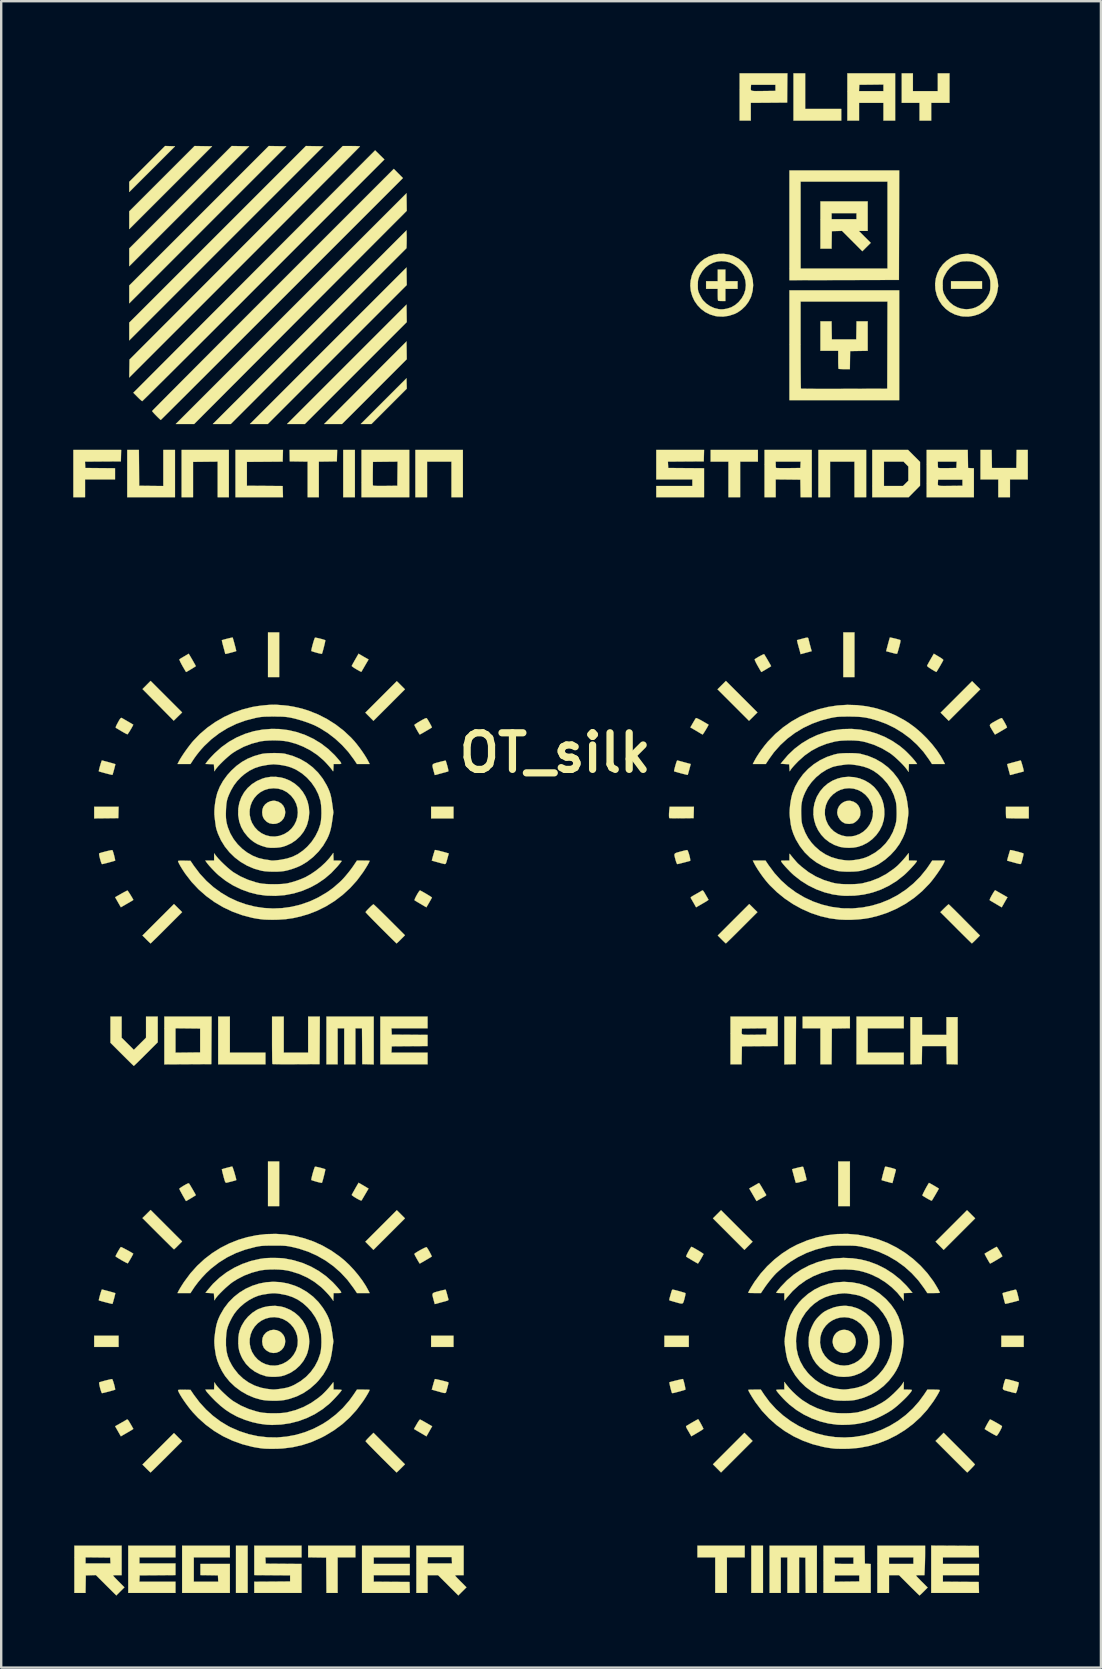
<source format=kicad_pcb>
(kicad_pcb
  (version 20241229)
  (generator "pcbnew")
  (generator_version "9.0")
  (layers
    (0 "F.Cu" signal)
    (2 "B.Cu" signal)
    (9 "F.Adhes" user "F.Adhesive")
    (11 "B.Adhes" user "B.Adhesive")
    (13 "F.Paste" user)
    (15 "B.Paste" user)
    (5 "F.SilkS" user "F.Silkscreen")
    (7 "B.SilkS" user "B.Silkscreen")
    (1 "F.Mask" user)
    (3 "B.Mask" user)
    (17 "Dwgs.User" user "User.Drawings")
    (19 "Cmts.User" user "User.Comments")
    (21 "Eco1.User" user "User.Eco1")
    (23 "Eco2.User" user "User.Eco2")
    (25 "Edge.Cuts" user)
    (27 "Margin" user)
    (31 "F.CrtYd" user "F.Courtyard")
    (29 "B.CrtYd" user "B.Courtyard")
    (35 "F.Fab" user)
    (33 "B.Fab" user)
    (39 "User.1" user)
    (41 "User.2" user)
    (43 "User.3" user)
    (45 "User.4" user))
  (footprint "OT_silk"
    (layer "F.Cu")
    (at 20.071 28.305)
    (property "Reference" "OT_silk" (at 0 0 0) (layer "F.SilkS") (effects (font (size 1.524 1.524) (thickness 0.3))))
    (attr through_hole)
    (fp_poly (pts (xy -18.182 24.744) (xy -19.198 24.744) (xy -19.198 24.278) (xy -18.182 24.278) (xy -18.182 24.744)) (stroke (width 0.01) (type solid)) (fill yes) (layer "F.SilkS"))
    (fp_poly (pts (xy -12.806 34.989) (xy -13.293 34.989) (xy -13.293 33.02) (xy -12.806 33.02) (xy -12.806 34.989)) (stroke (width 0.01) (type solid)) (fill yes) (layer "F.SilkS"))
    (fp_poly (pts (xy -11.493 -3.154) (xy -11.959 -3.154) (xy -11.959 -5.016) (xy -11.493 -5.016) (xy -11.493 -3.154)) (stroke (width 0.01) (type solid)) (fill yes) (layer "F.SilkS"))
    (fp_poly (pts (xy -11.493 18.881) (xy -11.959 18.881) (xy -11.959 17.018) (xy -11.493 17.018) (xy -11.493 18.881)) (stroke (width 0.01) (type solid)) (fill yes) (layer "F.SilkS"))
    (fp_poly (pts (xy -8.34 -10.647) (xy -8.826 -10.647) (xy -8.826 -12.615) (xy -8.34 -12.615) (xy -8.34 -10.647)) (stroke (width 0.01) (type solid)) (fill yes) (layer "F.SilkS"))
    (fp_poly (pts (xy -6.18 -19.485) (xy -11.97 -13.695) (xy -12.711 -13.695) (xy -6.191 -20.214) (xy -6.18 -19.485)) (stroke (width 0.01) (type solid)) (fill yes) (layer "F.SilkS"))
    (fp_poly (pts (xy -4.233 2.731) (xy -5.165 2.731) (xy -5.165 2.244) (xy -4.233 2.244) (xy -4.233 2.731)) (stroke (width 0.01) (type solid)) (fill yes) (layer "F.SilkS"))
    (fp_poly (pts (xy -4.233 24.744) (xy -5.165 24.744) (xy -5.165 24.278) (xy -4.233 24.278) (xy -4.233 24.744)) (stroke (width 0.01) (type solid)) (fill yes) (layer "F.SilkS"))
    (fp_poly (pts (xy 5.567 24.744) (xy 4.551 24.744) (xy 4.551 24.278) (xy 5.567 24.278) (xy 5.567 24.744)) (stroke (width 0.01) (type solid)) (fill yes) (layer "F.SilkS"))
    (fp_poly (pts (xy 8.657 34.989) (xy 8.17 34.989) (xy 8.17 33.02) (xy 8.657 33.02) (xy 8.657 34.989)) (stroke (width 0.01) (type solid)) (fill yes) (layer "F.SilkS"))
    (fp_poly (pts (xy 12.277 18.881) (xy 11.79 18.881) (xy 11.79 17.018) (xy 12.277 17.018) (xy 12.277 18.881)) (stroke (width 0.01) (type solid)) (fill yes) (layer "F.SilkS"))
    (fp_poly (pts (xy 12.467 -3.154) (xy 12.002 -3.154) (xy 12.002 -5.016) (xy 12.467 -5.016) (xy 12.467 -3.154)) (stroke (width 0.01) (type solid)) (fill yes) (layer "F.SilkS"))
    (fp_poly (pts (xy 17.78 -19.325) (xy 16.489 -19.325) (xy 16.489 -19.643) (xy 17.78 -19.643) (xy 17.78 -19.325)) (stroke (width 0.01) (type solid)) (fill yes) (layer "F.SilkS"))
    (fp_poly (pts (xy 19.516 24.744) (xy 18.584 24.744) (xy 18.584 24.278) (xy 19.516 24.278) (xy 19.516 24.744)) (stroke (width 0.01) (type solid)) (fill yes) (layer "F.SilkS"))
    (fp_poly (pts (xy -18.193 2.72) (xy -18.695 2.726) (xy -19.198 2.731) (xy -19.198 2.244) (xy -18.181 2.244) (xy -18.193 2.72)) (stroke (width 0.01) (type solid)) (fill yes) (layer "F.SilkS"))
    (fp_poly (pts (xy -14.287 -25.262) (xy -16.012 -23.537) (xy -17.738 -21.812) (xy -17.738 -22.553) (xy -15.017 -25.274) (xy -14.287 -25.262)) (stroke (width 0.01) (type solid)) (fill yes) (layer "F.SilkS"))
    (fp_poly (pts (xy 10.022 12.965) (xy 9.784 12.971) (xy 9.546 12.977) (xy 9.546 10.986) (xy 10.033 10.986) (xy 10.022 12.965)) (stroke (width 0.01) (type solid)) (fill yes) (layer "F.SilkS"))
    (fp_poly (pts (xy -15.832 -25.262) (xy -16.785 -24.31) (xy -17.738 -23.358) (xy -17.738 -23.781) (xy -16.991 -24.528) (xy -16.244 -25.275) (xy -15.832 -25.262)) (stroke (width 0.01) (type solid)) (fill yes) (layer "F.SilkS"))
    (fp_poly (pts (xy -15.536 -1.682) (xy -15.711 -1.511) (xy -15.886 -1.339) (xy -17.185 -2.656) (xy -17.017 -2.826) (xy -16.849 -2.995) (xy -15.536 -1.682)) (stroke (width 0.01) (type solid)) (fill yes) (layer "F.SilkS"))
    (fp_poly (pts (xy -13.547 12.488) (xy -12.065 12.488) (xy -12.065 12.975) (xy -14.034 12.975) (xy -14.034 10.986) (xy -13.547 10.986) (xy -13.547 12.488)) (stroke (width 0.01) (type solid)) (fill yes) (layer "F.SilkS"))
    (fp_poly (pts (xy -12.742 -25.262) (xy -15.24 -22.765) (xy -17.738 -20.267) (xy -17.738 -21.008) (xy -15.605 -23.141) (xy -13.471 -25.274) (xy -12.742 -25.262)) (stroke (width 0.01) (type solid)) (fill yes) (layer "F.SilkS"))
    (fp_poly (pts (xy -11.562 -25.268) (xy -11.197 -25.262) (xy -17.738 -18.722) (xy -17.738 -19.463) (xy -14.832 -22.368) (xy -11.926 -25.274) (xy -11.562 -25.268)) (stroke (width 0.01) (type solid)) (fill yes) (layer "F.SilkS"))
    (fp_poly (pts (xy -6.185 -18.305) (xy -6.18 -17.94) (xy -10.425 -13.695) (xy -11.165 -13.695) (xy -8.678 -16.182) (xy -6.191 -18.669) (xy -6.185 -18.305)) (stroke (width 0.01) (type solid)) (fill yes) (layer "F.SilkS"))
    (fp_poly (pts (xy -6.185 -15.384) (xy -6.179 -15.168) (xy -7.652 -13.695) (xy -8.096 -13.695) (xy -7.144 -14.648) (xy -6.191 -15.6) (xy -6.185 -15.384)) (stroke (width 0.01) (type solid)) (fill yes) (layer "F.SilkS"))
    (fp_poly (pts (xy 10.414 -26.818) (xy 11.917 -26.818) (xy 11.917 -26.331) (xy 9.927 -26.331) (xy 9.927 -28.3) (xy 10.414 -28.3) (xy 10.414 -26.818)) (stroke (width 0.01) (type solid)) (fill yes) (layer "F.SilkS"))
    (fp_poly (pts (xy 17.536 -2.815) (xy 17.706 -2.646) (xy 16.393 -1.333) (xy 16.224 -1.503) (xy 16.056 -1.673) (xy 17.367 -2.984) (xy 17.536 -2.815)) (stroke (width 0.01) (type solid)) (fill yes) (layer "F.SilkS"))
    (fp_poly (pts (xy -10.017 -25.268) (xy -9.652 -25.262) (xy -13.695 -21.22) (xy -17.738 -17.177) (xy -17.738 -17.918) (xy -14.059 -21.596) (xy -10.381 -25.274) (xy -10.017 -25.268)) (stroke (width 0.01) (type solid)) (fill yes) (layer "F.SilkS"))
    (fp_poly (pts (xy -6.185 -16.765) (xy -6.18 -16.395) (xy -7.529 -15.045) (xy -8.879 -13.695) (xy -9.62 -13.695) (xy -7.906 -15.415) (xy -6.191 -17.134) (xy -6.185 -16.765)) (stroke (width 0.01) (type solid)) (fill yes) (layer "F.SilkS"))
    (fp_poly (pts (xy 7.567 19.706) (xy 8.223 20.362) (xy 7.884 20.701) (xy 7.228 20.045) (xy 6.573 19.389) (xy 6.742 19.219) (xy 6.911 19.05) (xy 7.567 19.706)) (stroke (width 0.01) (type solid)) (fill yes) (layer "F.SilkS"))
    (fp_poly (pts (xy 7.768 -2.339) (xy 8.425 -1.682) (xy 8.075 -1.334) (xy 7.419 -1.99) (xy 6.763 -2.646) (xy 6.938 -2.82) (xy 7.112 -2.995) (xy 7.768 -2.339)) (stroke (width 0.01) (type solid)) (fill yes) (layer "F.SilkS"))
    (fp_poly (pts (xy 17.325 19.219) (xy 17.494 19.389) (xy 16.182 20.701) (xy 16.013 20.531) (xy 15.845 20.361) (xy 16.5 19.706) (xy 17.155 19.05) (xy 17.325 19.219)) (stroke (width 0.01) (type solid)) (fill yes) (layer "F.SilkS"))
    (fp_poly (pts (xy -13.589 -10.647) (xy -14.055 -10.647) (xy -14.055 -12.129) (xy -15.081 -12.118) (xy -15.081 -10.647) (xy -15.557 -10.647) (xy -15.557 -12.615) (xy -13.589 -12.615) (xy -13.589 -10.647)) (stroke (width 0.01) (type solid)) (fill yes) (layer "F.SilkS"))
    (fp_poly (pts (xy -6.424 -2.815) (xy -6.255 -2.646) (xy -6.911 -1.989) (xy -7.568 -1.333) (xy -7.736 -1.503) (xy -7.905 -1.673) (xy -7.249 -2.329) (xy -6.594 -2.984) (xy -6.424 -2.815)) (stroke (width 0.01) (type solid)) (fill yes) (layer "F.SilkS"))
    (fp_poly (pts (xy -6.424 19.219) (xy -6.255 19.389) (xy -6.911 20.045) (xy -7.568 20.701) (xy -7.736 20.532) (xy -7.905 20.362) (xy -7.249 19.706) (xy -6.594 19.05) (xy -6.424 19.219)) (stroke (width 0.01) (type solid)) (fill yes) (layer "F.SilkS"))
    (fp_poly (pts (xy -3.842 -10.647) (xy -4.318 -10.647) (xy -4.318 -12.129) (xy -5.334 -12.129) (xy -5.334 -10.647) (xy -5.821 -10.647) (xy -5.821 -12.615) (xy -3.842 -12.615) (xy -3.842 -10.647)) (stroke (width 0.01) (type solid)) (fill yes) (layer "F.SilkS"))
    (fp_poly (pts (xy 7.895 33.507) (xy 7.154 33.507) (xy 7.154 34.989) (xy 6.668 34.989) (xy 6.668 33.507) (xy 5.927 33.507) (xy 5.927 33.02) (xy 7.895 33.02) (xy 7.895 33.507)) (stroke (width 0.01) (type solid)) (fill yes) (layer "F.SilkS"))
    (fp_poly (pts (xy 8.054 28.49) (xy 8.223 28.66) (xy 7.567 29.316) (xy 6.91 29.972) (xy 6.742 29.803) (xy 6.573 29.633) (xy 7.229 28.977) (xy 7.884 28.321) (xy 8.054 28.49)) (stroke (width 0.01) (type solid)) (fill yes) (layer "F.SilkS"))
    (fp_poly (pts (xy 8.445 -12.129) (xy 7.705 -12.129) (xy 7.705 -10.647) (xy 7.218 -10.647) (xy 7.218 -12.129) (xy 6.477 -12.129) (xy 6.477 -12.615) (xy 8.445 -12.615) (xy 8.445 -12.129)) (stroke (width 0.01) (type solid)) (fill yes) (layer "F.SilkS"))
    (fp_poly (pts (xy 12.954 -10.647) (xy 12.467 -10.647) (xy 12.467 -12.129) (xy 11.451 -12.129) (xy 11.451 -10.647) (xy 10.964 -10.647) (xy 10.964 -12.615) (xy 12.954 -12.615) (xy 12.954 -10.647)) (stroke (width 0.01) (type solid)) (fill yes) (layer "F.SilkS"))
    (fp_poly (pts (xy 14.52 11.472) (xy 13.018 11.472) (xy 13.018 12.488) (xy 14.52 12.488) (xy 14.52 12.975) (xy 12.552 12.975) (xy 12.552 10.986) (xy 14.52 10.986) (xy 14.52 11.472)) (stroke (width 0.01) (type solid)) (fill yes) (layer "F.SilkS"))
    (fp_poly (pts (xy -17.33 -11.869) (xy -17.325 -11.123) (xy -16.822 -11.117) (xy -16.32 -11.112) (xy -16.32 -12.615) (xy -15.833 -12.615) (xy -15.833 -10.647) (xy -17.822 -10.647) (xy -17.822 -12.615) (xy -17.336 -12.615) (xy -17.33 -11.869)) (stroke (width 0.01) (type solid)) (fill yes) (layer "F.SilkS"))
    (fp_poly (pts (xy -8.319 33.507) (xy -9.059 33.507) (xy -9.059 34.989) (xy -9.524 34.989) (xy -9.53 34.253) (xy -9.536 33.517) (xy -9.911 33.512) (xy -10.287 33.506) (xy -10.287 33.02) (xy -8.319 33.02) (xy -8.319 33.507)) (stroke (width 0.01) (type solid)) (fill yes) (layer "F.SilkS"))
    (fp_poly (pts (xy 12.277 11.471) (xy 11.901 11.477) (xy 11.525 11.483) (xy 11.52 12.229) (xy 11.514 12.975) (xy 11.049 12.975) (xy 11.049 11.472) (xy 10.308 11.472) (xy 10.308 10.986) (xy 12.277 10.986) (xy 12.277 11.471)) (stroke (width 0.01) (type solid)) (fill yes) (layer "F.SilkS"))
    (fp_poly (pts (xy -14.319 12.965) (xy -16.277 12.976) (xy -16.277 12.489) (xy -15.812 12.489) (xy -14.785 12.478) (xy -14.785 11.483) (xy -15.812 11.472) (xy -15.812 12.489) (xy -16.277 12.489) (xy -16.277 10.986) (xy -14.308 10.986) (xy -14.319 12.965)) (stroke (width 0.01) (type solid)) (fill yes) (layer "F.SilkS"))
    (fp_poly (pts (xy -10.069 -12.615) (xy -9.079 -12.615) (xy -9.091 -12.139) (xy -9.467 -12.133) (xy -9.842 -12.128) (xy -9.842 -10.647) (xy -10.308 -10.647) (xy -10.308 -12.128) (xy -11.052 -12.139) (xy -11.056 -12.377) (xy -11.06 -12.615) (xy -10.069 -12.615)) (stroke (width 0.01) (type solid)) (fill yes) (layer "F.SilkS"))
    (fp_poly (pts (xy -6.185 -21.581) (xy -6.183 -21.469) (xy -6.183 -21.34) (xy -6.185 -21.222) (xy -6.185 -21.211) (xy -6.191 -21.02) (xy -9.851 -17.357) (xy -13.511 -13.695) (xy -14.256 -13.695) (xy -10.223 -17.727) (xy -6.191 -21.76) (xy -6.185 -21.581)) (stroke (width 0.01) (type solid)) (fill yes) (layer "F.SilkS"))
    (fp_poly (pts (xy 14.901 -27.559) (xy 15.938 -27.559) (xy 15.938 -28.3) (xy 16.425 -28.3) (xy 16.425 -27.072) (xy 15.663 -27.072) (xy 15.663 -26.331) (xy 15.177 -26.331) (xy 15.177 -27.072) (xy 14.436 -27.072) (xy 14.436 -28.3) (xy 14.901 -28.3) (xy 14.901 -27.559)) (stroke (width 0.01) (type solid)) (fill yes) (layer "F.SilkS"))
    (fp_poly (pts (xy -18.081 -12.377) (xy -18.087 -12.139) (xy -18.834 -12.134) (xy -19.581 -12.128) (xy -19.575 -11.996) (xy -19.569 -11.864) (xy -18.33 -11.853) (xy -18.33 -11.388) (xy -19.579 -11.388) (xy -19.579 -10.647) (xy -20.066 -10.647) (xy -20.066 -12.615) (xy -18.075 -12.615) (xy -18.081 -12.377)) (stroke (width 0.01) (type solid)) (fill yes) (layer "F.SilkS"))
    (fp_poly (pts (xy -11.341 -12.372) (xy -11.348 -12.129) (xy -12.093 -12.123) (xy -12.838 -12.118) (xy -12.838 -11.123) (xy -12.093 -11.118) (xy -11.348 -11.112) (xy -11.335 -10.647) (xy -12.324 -10.647) (xy -13.314 -10.647) (xy -13.314 -12.615) (xy -12.324 -12.615) (xy -11.335 -12.615) (xy -11.341 -12.372)) (stroke (width 0.01) (type solid)) (fill yes) (layer "F.SilkS"))
    (fp_poly (pts (xy 6.191 -12.139) (xy 5.444 -12.134) (xy 4.697 -12.128) (xy 4.71 -11.864) (xy 6.202 -11.853) (xy 6.202 -10.647) (xy 4.212 -10.647) (xy 4.212 -11.113) (xy 5.715 -11.113) (xy 5.715 -11.388) (xy 4.212 -11.388) (xy 4.212 -12.615) (xy 6.203 -12.615) (xy 6.191 -12.139)) (stroke (width 0.01) (type solid)) (fill yes) (layer "F.SilkS"))
    (fp_poly (pts (xy 10.901 34.989) (xy 10.436 34.989) (xy 10.43 34.253) (xy 10.425 33.517) (xy 10.16 33.505) (xy 10.16 34.989) (xy 9.673 34.989) (xy 9.673 33.507) (xy 9.398 33.507) (xy 9.398 34.989) (xy 8.932 34.989) (xy 8.932 33.02) (xy 10.901 33.02) (xy 10.901 34.989)) (stroke (width 0.01) (type solid)) (fill yes) (layer "F.SilkS"))
    (fp_poly (pts (xy 14.325 -21.976) (xy 14.319 -19.696) (xy 12.039 -19.69) (xy 9.758 -19.685) (xy 9.758 -23.791) (xy 10.223 -23.791) (xy 10.223 -20.172) (xy 13.843 -20.172) (xy 13.843 -23.791) (xy 10.223 -23.791) (xy 9.758 -23.791) (xy 9.758 -24.257) (xy 14.33 -24.257) (xy 14.325 -21.976)) (stroke (width 0.01) (type solid)) (fill yes) (layer "F.SilkS"))
    (fp_poly (pts (xy -15.812 33.507) (xy -17.314 33.507) (xy -17.314 33.761) (xy -15.812 33.761) (xy -15.812 34.247) (xy -16.558 34.253) (xy -17.304 34.258) (xy -17.31 34.391) (xy -17.316 34.523) (xy -15.812 34.523) (xy -15.812 34.989) (xy -17.78 34.989) (xy -17.78 33.02) (xy -15.812 33.02) (xy -15.812 33.507)) (stroke (width 0.01) (type solid)) (fill yes) (layer "F.SilkS"))
    (fp_poly (pts (xy -13.547 33.507) (xy -15.05 33.507) (xy -15.05 34.523) (xy -14.031 34.523) (xy -14.038 34.391) (xy -14.044 34.258) (xy -14.409 34.252) (xy -14.774 34.247) (xy -14.774 33.782) (xy -13.547 33.782) (xy -13.547 34.989) (xy -15.536 34.989) (xy -15.536 33.02) (xy -13.547 33.02) (xy -13.547 33.507)) (stroke (width 0.01) (type solid)) (fill yes) (layer "F.SilkS"))
    (fp_poly (pts (xy -7.556 12.977) (xy -7.795 12.971) (xy -8.033 12.965) (xy -8.038 12.218) (xy -8.044 11.472) (xy -8.319 11.472) (xy -8.319 12.975) (xy -8.784 12.975) (xy -8.784 11.472) (xy -9.059 11.472) (xy -9.059 12.975) (xy -9.525 12.975) (xy -9.525 10.986) (xy -7.556 10.986) (xy -7.556 12.977)) (stroke (width 0.01) (type solid)) (fill yes) (layer "F.SilkS"))
    (fp_poly (pts (xy -6.054 33.507) (xy -7.556 33.507) (xy -7.556 33.782) (xy -6.054 33.782) (xy -6.054 34.248) (xy -7.556 34.248) (xy -7.556 34.522) (xy -6.81 34.528) (xy -6.064 34.533) (xy -6.058 34.761) (xy -6.052 34.989) (xy -8.043 34.989) (xy -8.043 33.02) (xy -6.054 33.02) (xy -6.054 33.507)) (stroke (width 0.01) (type solid)) (fill yes) (layer "F.SilkS"))
    (fp_poly (pts (xy 18.187 -12.24) (xy 18.193 -11.864) (xy 19.209 -11.864) (xy 19.215 -12.24) (xy 19.22 -12.615) (xy 19.685 -12.615) (xy 19.685 -11.388) (xy 18.944 -11.388) (xy 18.944 -10.647) (xy 18.457 -10.647) (xy 18.457 -11.388) (xy 17.716 -11.388) (xy 17.716 -12.615) (xy 18.181 -12.615) (xy 18.187 -12.24)) (stroke (width 0.01) (type solid)) (fill yes) (layer "F.SilkS"))
    (fp_poly (pts (xy 19.727 2.731) (xy 19.265 2.731) (xy 19.129 2.73) (xy 19.008 2.728) (xy 18.908 2.725) (xy 18.834 2.722) (xy 18.794 2.718) (xy 18.789 2.716) (xy 18.783 2.691) (xy 18.779 2.632) (xy 18.776 2.549) (xy 18.775 2.473) (xy 18.775 2.244) (xy 19.727 2.244) (xy 19.727 2.731)) (stroke (width 0.01) (type solid)) (fill yes) (layer "F.SilkS"))
    (fp_poly (pts (xy -5.313 11.472) (xy -6.818 11.472) (xy -6.811 11.605) (xy -6.805 11.737) (xy -6.059 11.742) (xy -5.313 11.748) (xy -5.313 12.213) (xy -6.059 12.218) (xy -6.805 12.224) (xy -6.818 12.488) (xy -5.313 12.488) (xy -5.313 12.975) (xy -7.281 12.975) (xy -7.281 10.986) (xy -5.313 10.986) (xy -5.313 11.472)) (stroke (width 0.01) (type solid)) (fill yes) (layer "F.SilkS"))
    (fp_poly (pts (xy 5.768 2.72) (xy 5.269 2.726) (xy 5.128 2.727) (xy 5.001 2.726) (xy 4.894 2.725) (xy 4.814 2.723) (xy 4.766 2.719) (xy 4.756 2.717) (xy 4.746 2.685) (xy 4.742 2.619) (xy 4.743 2.529) (xy 4.75 2.422) (xy 4.755 2.374) (xy 4.769 2.244) (xy 5.78 2.244) (xy 5.768 2.72)) (stroke (width 0.01) (type solid)) (fill yes) (layer "F.SilkS"))
    (fp_poly (pts (xy 16.653 33.025) (xy 17.642 33.031) (xy 17.654 33.507) (xy 16.15 33.507) (xy 16.15 33.782) (xy 17.653 33.782) (xy 17.653 34.248) (xy 16.15 34.248) (xy 16.15 34.522) (xy 16.896 34.528) (xy 17.642 34.533) (xy 17.648 34.761) (xy 17.654 34.989) (xy 15.663 34.989) (xy 15.663 33.019) (xy 16.653 33.025)) (stroke (width 0.01) (type solid)) (fill yes) (layer "F.SilkS"))
    (fp_poly (pts (xy -10.562 33.507) (xy -12.067 33.507) (xy -12.061 33.639) (xy -12.054 33.771) (xy -11.308 33.777) (xy -10.562 33.783) (xy -10.562 34.989) (xy -12.531 34.989) (xy -12.531 34.523) (xy -11.785 34.518) (xy -11.038 34.512) (xy -11.038 34.258) (xy -11.785 34.253) (xy -12.531 34.247) (xy -12.531 33.02) (xy -10.562 33.02) (xy -10.562 33.507)) (stroke (width 0.01) (type solid)) (fill yes) (layer "F.SilkS"))
    (fp_poly (pts (xy 15.282 11.748) (xy 16.298 11.748) (xy 16.298 11.007) (xy 16.764 11.007) (xy 16.764 12.977) (xy 16.536 12.971) (xy 16.309 12.965) (xy 16.303 12.589) (xy 16.297 12.213) (xy 15.283 12.213) (xy 15.278 12.589) (xy 15.272 12.965) (xy 15.034 12.971) (xy 14.796 12.977) (xy 14.796 11.007) (xy 15.282 11.007) (xy 15.282 11.748)) (stroke (width 0.01) (type solid)) (fill yes) (layer "F.SilkS"))
    (fp_poly (pts (xy -16.192 19.696) (xy -15.537 20.351) (xy -15.7 20.515) (xy -15.767 20.582) (xy -15.823 20.635) (xy -15.861 20.67) (xy -15.875 20.68) (xy -15.891 20.665) (xy -15.935 20.624) (xy -16.002 20.559) (xy -16.09 20.472) (xy -16.196 20.368) (xy -16.315 20.25) (xy -16.446 20.119) (xy -16.537 20.029) (xy -17.188 19.377) (xy -16.848 19.04) (xy -16.192 19.696)) (stroke (width 0.01) (type solid)) (fill yes) (layer "F.SilkS"))
    (fp_poly (pts (xy 14.161 -26.331) (xy 13.674 -26.331) (xy 13.674 -27.072) (xy 12.658 -27.072) (xy 12.658 -26.331) (xy 12.171 -26.331) (xy 12.171 -27.559) (xy 12.656 -27.559) (xy 13.674 -27.559) (xy 13.674 -27.835) (xy 13.171 -27.829) (xy 12.668 -27.824) (xy 12.662 -27.691) (xy 12.656 -27.559) (xy 12.171 -27.559) (xy 12.171 -28.3) (xy 14.161 -28.3) (xy 14.161 -26.331)) (stroke (width 0.01) (type solid)) (fill yes) (layer "F.SilkS"))
    (fp_poly (pts (xy 14.949 -12.366) (xy 15.198 -12.117) (xy 15.198 -11.127) (xy 14.961 -10.887) (xy 14.724 -10.647) (xy 13.208 -10.647) (xy 13.208 -12.129) (xy 13.695 -12.129) (xy 13.695 -11.113) (xy 14.487 -11.113) (xy 14.711 -11.333) (xy 14.711 -11.926) (xy 14.511 -12.129) (xy 13.695 -12.129) (xy 13.208 -12.129) (xy 13.208 -12.615) (xy 14.701 -12.615) (xy 14.949 -12.366)) (stroke (width 0.01) (type solid)) (fill yes) (layer "F.SilkS"))
    (fp_poly (pts (xy -15.706 6.466) (xy -15.536 6.635) (xy -16.187 7.286) (xy -16.324 7.423) (xy -16.451 7.55) (xy -16.566 7.664) (xy -16.666 7.762) (xy -16.747 7.841) (xy -16.806 7.899) (xy -16.841 7.931) (xy -16.849 7.938) (xy -16.868 7.923) (xy -16.909 7.885) (xy -16.967 7.829) (xy -17.024 7.773) (xy -17.187 7.609) (xy -16.531 6.953) (xy -15.875 6.298) (xy -15.706 6.466)) (stroke (width 0.01) (type solid)) (fill yes) (layer "F.SilkS"))
    (fp_poly (pts (xy -15.706 28.501) (xy -15.536 28.67) (xy -16.187 29.321) (xy -16.324 29.457) (xy -16.451 29.584) (xy -16.566 29.698) (xy -16.666 29.796) (xy -16.747 29.876) (xy -16.806 29.933) (xy -16.841 29.966) (xy -16.849 29.972) (xy -16.868 29.958) (xy -16.909 29.92) (xy -16.967 29.864) (xy -17.024 29.808) (xy -17.187 29.643) (xy -16.531 28.988) (xy -15.875 28.332) (xy -15.706 28.501)) (stroke (width 0.01) (type solid)) (fill yes) (layer "F.SilkS"))
    (fp_poly (pts (xy 8.255 6.466) (xy 8.425 6.635) (xy 7.774 7.286) (xy 7.637 7.423) (xy 7.51 7.55) (xy 7.395 7.664) (xy 7.295 7.762) (xy 7.214 7.841) (xy 7.154 7.899) (xy 7.119 7.931) (xy 7.112 7.938) (xy 7.093 7.923) (xy 7.051 7.885) (xy 6.993 7.829) (xy 6.937 7.773) (xy 6.774 7.609) (xy 7.429 6.953) (xy 8.085 6.298) (xy 8.255 6.466)) (stroke (width 0.01) (type solid)) (fill yes) (layer "F.SilkS"))
    (fp_poly (pts (xy 7.091 -19.643) (xy 7.599 -19.643) (xy 7.599 -19.325) (xy 7.091 -19.325) (xy 7.091 -18.817) (xy 6.946 -18.817) (xy 6.872 -18.819) (xy 6.815 -18.824) (xy 6.787 -18.831) (xy 6.787 -18.831) (xy 6.782 -18.857) (xy 6.777 -18.916) (xy 6.774 -18.999) (xy 6.773 -19.085) (xy 6.773 -19.325) (xy 6.287 -19.325) (xy 6.287 -19.643) (xy 6.773 -19.643) (xy 6.773 -20.13) (xy 7.091 -20.13) (xy 7.091 -19.643)) (stroke (width 0.01) (type solid)) (fill yes) (layer "F.SilkS"))
    (fp_poly (pts (xy 13.018 -21.738) (xy 12.648 -21.738) (xy 12.896 -21.489) (xy 13.145 -21.24) (xy 12.97 -21.066) (xy 12.795 -20.892) (xy 11.949 -21.739) (xy 11.525 -21.728) (xy 11.519 -21.362) (xy 11.514 -20.997) (xy 11.049 -20.997) (xy 11.049 -22.479) (xy 11.515 -22.479) (xy 11.515 -22.225) (xy 12.552 -22.225) (xy 12.552 -22.479) (xy 11.515 -22.479) (xy 11.049 -22.479) (xy 11.049 -22.966) (xy 13.018 -22.966) (xy 13.018 -21.738)) (stroke (width 0.01) (type solid)) (fill yes) (layer "F.SilkS"))
    (fp_poly (pts (xy -6.185 -22.94) (xy -6.18 -22.575) (xy -7.521 -21.231) (xy -7.675 -21.076) (xy -7.857 -20.894) (xy -8.063 -20.687) (xy -8.293 -20.457) (xy -8.543 -20.206) (xy -8.812 -19.936) (xy -9.097 -19.651) (xy -9.395 -19.352) (xy -9.704 -19.042) (xy -10.022 -18.723) (xy -10.347 -18.397) (xy -10.677 -18.066) (xy -11.008 -17.734) (xy -11.339 -17.402) (xy -11.667 -17.073) (xy -11.949 -16.79) (xy -15.035 -13.695) (xy -15.801 -13.695) (xy -10.996 -18.5) (xy -6.191 -23.305) (xy -6.185 -22.94)) (stroke (width 0.01) (type solid)) (fill yes) (layer "F.SilkS"))
    (fp_poly (pts (xy -18.055 11.865) (xy -17.547 12.371) (xy -17.039 11.865) (xy -17.039 10.986) (xy -16.552 10.986) (xy -16.552 12.055) (xy -17.045 12.547) (xy -17.163 12.665) (xy -17.272 12.773) (xy -17.368 12.867) (xy -17.446 12.944) (xy -17.505 13) (xy -17.54 13.032) (xy -17.548 13.039) (xy -17.564 13.024) (xy -17.608 12.983) (xy -17.673 12.92) (xy -17.758 12.836) (xy -17.858 12.737) (xy -17.97 12.626) (xy -18.039 12.557) (xy -18.521 12.075) (xy -18.521 10.986) (xy -18.055 10.986) (xy -18.055 11.865)) (stroke (width 0.01) (type solid)) (fill yes) (layer "F.SilkS"))
    (fp_poly (pts (xy -11.303 12.488) (xy -10.287 12.488) (xy -10.287 10.986) (xy -9.8 10.986) (xy -9.811 12.965) (xy -10.786 12.97) (xy -10.985 12.971) (xy -11.171 12.971) (xy -11.34 12.971) (xy -11.487 12.97) (xy -11.609 12.968) (xy -11.7 12.966) (xy -11.757 12.964) (xy -11.776 12.961) (xy -11.778 12.938) (xy -11.781 12.876) (xy -11.784 12.781) (xy -11.786 12.656) (xy -11.787 12.506) (xy -11.789 12.334) (xy -11.79 12.146) (xy -11.79 11.966) (xy -11.79 10.986) (xy -11.303 10.986) (xy -11.303 12.488)) (stroke (width 0.01) (type solid)) (fill yes) (layer "F.SilkS"))
    (fp_poly (pts (xy 12.184 24.051) (xy 12.289 24.098) (xy 12.396 24.184) (xy 12.472 24.3) (xy 12.512 24.419) (xy 12.522 24.551) (xy 12.496 24.675) (xy 12.438 24.785) (xy 12.354 24.877) (xy 12.25 24.946) (xy 12.131 24.987) (xy 12.003 24.996) (xy 11.872 24.969) (xy 11.747 24.903) (xy 11.651 24.809) (xy 11.587 24.69) (xy 11.558 24.551) (xy 11.557 24.516) (xy 11.576 24.377) (xy 11.628 24.257) (xy 11.708 24.159) (xy 11.809 24.086) (xy 11.927 24.041) (xy 12.053 24.029) (xy 12.184 24.051)) (stroke (width 0.01) (type solid)) (fill yes) (layer "F.SilkS"))
    (fp_poly (pts (xy -17.811 27.767) (xy -17.789 27.786) (xy -17.759 27.828) (xy -17.716 27.899) (xy -17.687 27.948) (xy -17.639 28.03) (xy -17.601 28.097) (xy -17.576 28.143) (xy -17.568 28.158) (xy -17.585 28.172) (xy -17.631 28.201) (xy -17.698 28.242) (xy -17.743 28.268) (xy -17.831 28.319) (xy -17.916 28.368) (xy -17.984 28.407) (xy -18.002 28.418) (xy -18.087 28.467) (xy -18.326 28.048) (xy -18.111 27.927) (xy -18.021 27.876) (xy -17.941 27.83) (xy -17.881 27.795) (xy -17.851 27.776) (xy -17.83 27.766) (xy -17.811 27.767)) (stroke (width 0.01) (type solid)) (fill yes) (layer "F.SilkS"))
    (fp_poly (pts (xy -17.796 5.752) (xy -17.764 5.797) (xy -17.723 5.86) (xy -17.677 5.932) (xy -17.634 6.004) (xy -17.597 6.066) (xy -17.574 6.111) (xy -17.568 6.126) (xy -17.585 6.139) (xy -17.631 6.168) (xy -17.698 6.207) (xy -17.743 6.234) (xy -17.831 6.284) (xy -17.916 6.334) (xy -17.984 6.373) (xy -18.002 6.383) (xy -18.087 6.432) (xy -18.207 6.223) (xy -18.326 6.014) (xy -18.08 5.874) (xy -17.987 5.822) (xy -17.907 5.78) (xy -17.847 5.749) (xy -17.814 5.735) (xy -17.812 5.735) (xy -17.796 5.752)) (stroke (width 0.01) (type solid)) (fill yes) (layer "F.SilkS"))
    (fp_poly (pts (xy -11.599 24.045) (xy -11.472 24.099) (xy -11.408 24.146) (xy -11.314 24.251) (xy -11.258 24.372) (xy -11.24 24.511) (xy -11.259 24.648) (xy -11.312 24.768) (xy -11.392 24.866) (xy -11.495 24.94) (xy -11.613 24.985) (xy -11.74 24.997) (xy -11.872 24.972) (xy -11.917 24.954) (xy -12.041 24.879) (xy -12.129 24.784) (xy -12.182 24.665) (xy -12.202 24.522) (xy -12.202 24.511) (xy -12.186 24.37) (xy -12.135 24.253) (xy -12.047 24.154) (xy -11.995 24.115) (xy -11.867 24.053) (xy -11.733 24.03) (xy -11.599 24.045)) (stroke (width 0.01) (type solid)) (fill yes) (layer "F.SilkS"))
    (fp_poly (pts (xy -8.068 17.974) (xy -7.987 18.02) (xy -7.906 18.068) (xy -7.86 18.096) (xy -7.772 18.15) (xy -7.909 18.383) (xy -7.962 18.474) (xy -8.008 18.552) (xy -8.042 18.61) (xy -8.06 18.641) (xy -8.061 18.642) (xy -8.081 18.647) (xy -8.126 18.632) (xy -8.2 18.595) (xy -8.277 18.552) (xy -8.357 18.503) (xy -8.421 18.46) (xy -8.461 18.428) (xy -8.471 18.413) (xy -8.459 18.387) (xy -8.43 18.332) (xy -8.387 18.256) (xy -8.336 18.166) (xy -8.327 18.148) (xy -8.187 17.906) (xy -8.068 17.974)) (stroke (width 0.01) (type solid)) (fill yes) (layer "F.SilkS"))
    (fp_poly (pts (xy 9.668 -27.691) (xy 9.663 -27.083) (xy 8.906 -27.077) (xy 8.149 -27.072) (xy 8.149 -26.331) (xy 7.684 -26.331) (xy 7.684 -27.632) (xy 8.149 -27.632) (xy 8.157 -27.603) (xy 8.177 -27.583) (xy 8.215 -27.571) (xy 8.275 -27.564) (xy 8.362 -27.561) (xy 8.48 -27.562) (xy 8.636 -27.563) (xy 8.673 -27.564) (xy 9.176 -27.57) (xy 9.176 -27.824) (xy 8.16 -27.824) (xy 8.153 -27.72) (xy 8.15 -27.67) (xy 8.149 -27.632) (xy 7.684 -27.632) (xy 7.684 -28.3) (xy 9.674 -28.3) (xy 9.668 -27.691)) (stroke (width 0.01) (type solid)) (fill yes) (layer "F.SilkS"))
    (fp_poly (pts (xy 11.519 -17.595) (xy 11.525 -17.219) (xy 12.541 -17.219) (xy 12.547 -17.595) (xy 12.553 -17.971) (xy 13.018 -17.971) (xy 13.018 -16.744) (xy 12.652 -16.738) (xy 12.287 -16.732) (xy 12.281 -16.357) (xy 12.276 -15.981) (xy 12.047 -15.981) (xy 11.952 -15.982) (xy 11.874 -15.985) (xy 11.821 -15.99) (xy 11.804 -15.995) (xy 11.799 -16.02) (xy 11.795 -16.08) (xy 11.792 -16.168) (xy 11.79 -16.277) (xy 11.79 -16.376) (xy 11.79 -16.743) (xy 11.049 -16.743) (xy 11.049 -17.971) (xy 11.514 -17.971) (xy 11.519 -17.595)) (stroke (width 0.01) (type solid)) (fill yes) (layer "F.SilkS"))
    (fp_poly (pts (xy -11.668 1.998) (xy -11.528 2.036) (xy -11.411 2.107) (xy -11.321 2.205) (xy -11.263 2.327) (xy -11.24 2.466) (xy -11.24 2.481) (xy -11.26 2.618) (xy -11.314 2.738) (xy -11.396 2.836) (xy -11.501 2.909) (xy -11.623 2.952) (xy -11.756 2.962) (xy -11.895 2.935) (xy -11.903 2.932) (xy -12.011 2.872) (xy -12.105 2.778) (xy -12.156 2.699) (xy -12.191 2.595) (xy -12.202 2.474) (xy -12.189 2.352) (xy -12.153 2.249) (xy -12.077 2.146) (xy -11.974 2.066) (xy -11.852 2.013) (xy -11.724 1.994) (xy -11.668 1.998)) (stroke (width 0.01) (type solid)) (fill yes) (layer "F.SilkS"))
    (fp_poly (pts (xy -6.075 -10.647) (xy -8.065 -10.647) (xy -8.065 -11.378) (xy -7.595 -11.378) (xy -7.595 -11.273) (xy -7.593 -11.194) (xy -7.591 -11.148) (xy -7.589 -11.139) (xy -7.577 -11.13) (xy -7.546 -11.124) (xy -7.491 -11.119) (xy -7.408 -11.117) (xy -7.293 -11.116) (xy -7.141 -11.117) (xy -7.075 -11.117) (xy -6.572 -11.123) (xy -6.567 -11.626) (xy -6.561 -12.129) (xy -7.075 -12.124) (xy -7.588 -12.118) (xy -7.594 -11.642) (xy -7.595 -11.503) (xy -7.595 -11.378) (xy -8.065 -11.378) (xy -8.065 -12.615) (xy -6.075 -12.615) (xy -6.075 -10.647)) (stroke (width 0.01) (type solid)) (fill yes) (layer "F.SilkS"))
    (fp_poly (pts (xy -5.598 27.779) (xy -5.541 27.809) (xy -5.464 27.852) (xy -5.374 27.903) (xy -5.36 27.912) (xy -5.121 28.05) (xy -5.172 28.138) (xy -5.211 28.206) (xy -5.258 28.289) (xy -5.291 28.347) (xy -5.326 28.409) (xy -5.352 28.452) (xy -5.362 28.468) (xy -5.38 28.457) (xy -5.397 28.446) (xy -5.427 28.427) (xy -5.486 28.392) (xy -5.564 28.346) (xy -5.653 28.294) (xy -5.654 28.293) (xy -5.879 28.162) (xy -5.765 27.961) (xy -5.716 27.879) (xy -5.673 27.815) (xy -5.64 27.775) (xy -5.625 27.767) (xy -5.598 27.779)) (stroke (width 0.01) (type solid)) (fill yes) (layer "F.SilkS"))
    (fp_poly (pts (xy 10.521 -4.795) (xy 10.54 -4.778) (xy 10.55 -4.748) (xy 10.56 -4.706) (xy 10.577 -4.637) (xy 10.6 -4.544) (xy 10.627 -4.445) (xy 10.634 -4.419) (xy 10.685 -4.234) (xy 10.597 -4.211) (xy 10.529 -4.192) (xy 10.442 -4.169) (xy 10.367 -4.148) (xy 10.224 -4.109) (xy 10.202 -4.198) (xy 10.184 -4.267) (xy 10.159 -4.354) (xy 10.14 -4.424) (xy 10.117 -4.506) (xy 10.097 -4.582) (xy 10.087 -4.628) (xy 10.073 -4.694) (xy 10.238 -4.738) (xy 10.354 -4.769) (xy 10.435 -4.79) (xy 10.489 -4.798) (xy 10.521 -4.795)) (stroke (width 0.01) (type solid)) (fill yes) (layer "F.SilkS"))
    (fp_poly (pts (xy -4.559 22.358) (xy -4.55 22.381) (xy -4.534 22.434) (xy -4.512 22.508) (xy -4.489 22.593) (xy -4.466 22.678) (xy -4.446 22.753) (xy -4.442 22.773) (xy -4.455 22.8) (xy -4.498 22.82) (xy -4.544 22.833) (xy -4.62 22.854) (xy -4.714 22.879) (xy -4.787 22.899) (xy -5.013 22.96) (xy -5.06 22.788) (xy -5.09 22.676) (xy -5.108 22.597) (xy -5.107 22.542) (xy -5.085 22.505) (xy -5.036 22.477) (xy -4.956 22.452) (xy -4.84 22.421) (xy -4.739 22.395) (xy -4.653 22.375) (xy -4.591 22.362) (xy -4.56 22.358) (xy -4.559 22.358)) (stroke (width 0.01) (type solid)) (fill yes) (layer "F.SilkS"))
    (fp_poly (pts (xy 9.271 12.213) (xy 8.525 12.218) (xy 7.779 12.224) (xy 7.773 12.599) (xy 7.767 12.975) (xy 7.303 12.975) (xy 7.303 11.675) (xy 7.768 11.675) (xy 7.776 11.703) (xy 7.796 11.723) (xy 7.834 11.736) (xy 7.894 11.743) (xy 7.981 11.745) (xy 8.099 11.745) (xy 8.255 11.743) (xy 8.292 11.743) (xy 8.795 11.737) (xy 8.801 11.604) (xy 8.807 11.472) (xy 8.293 11.477) (xy 7.779 11.483) (xy 7.772 11.586) (xy 7.769 11.636) (xy 7.768 11.675) (xy 7.303 11.675) (xy 7.303 10.986) (xy 9.271 10.986) (xy 9.271 12.213)) (stroke (width 0.01) (type solid)) (fill yes) (layer "F.SilkS"))
    (fp_poly (pts (xy 10.689 -10.647) (xy 10.225 -10.647) (xy 10.219 -11.012) (xy 10.213 -11.377) (xy 9.7 -11.383) (xy 9.186 -11.388) (xy 9.186 -10.647) (xy 8.721 -10.647) (xy 8.721 -12.129) (xy 9.186 -12.129) (xy 9.186 -12.005) (xy 9.189 -11.936) (xy 9.195 -11.885) (xy 9.201 -11.867) (xy 9.225 -11.863) (xy 9.286 -11.86) (xy 9.377 -11.858) (xy 9.492 -11.857) (xy 9.625 -11.857) (xy 9.714 -11.858) (xy 10.213 -11.864) (xy 10.219 -11.996) (xy 10.226 -12.129) (xy 9.186 -12.129) (xy 8.721 -12.129) (xy 8.721 -12.615) (xy 10.689 -12.615) (xy 10.689 -10.647)) (stroke (width 0.01) (type solid)) (fill yes) (layer "F.SilkS"))
    (fp_poly (pts (xy 12.292 1.998) (xy 12.43 2.036) (xy 12.545 2.106) (xy 12.634 2.203) (xy 12.693 2.321) (xy 12.718 2.455) (xy 12.706 2.599) (xy 12.697 2.635) (xy 12.659 2.717) (xy 12.593 2.801) (xy 12.511 2.875) (xy 12.427 2.927) (xy 12.393 2.94) (xy 12.249 2.961) (xy 12.108 2.947) (xy 12.057 2.932) (xy 11.953 2.874) (xy 11.864 2.785) (xy 11.795 2.675) (xy 11.755 2.554) (xy 11.748 2.477) (xy 11.768 2.346) (xy 11.822 2.229) (xy 11.905 2.129) (xy 12.011 2.053) (xy 12.131 2.006) (xy 12.261 1.995) (xy 12.292 1.998)) (stroke (width 0.01) (type solid)) (fill yes) (layer "F.SilkS"))
    (fp_poly (pts (xy -8.11 -4.083) (xy -8.051 -4.049) (xy -7.973 -4.003) (xy -7.901 -3.962) (xy -7.77 -3.887) (xy -7.809 -3.822) (xy -7.836 -3.776) (xy -7.878 -3.705) (xy -7.927 -3.62) (xy -7.958 -3.567) (xy -8.004 -3.487) (xy -8.042 -3.423) (xy -8.067 -3.382) (xy -8.074 -3.371) (xy -8.092 -3.379) (xy -8.14 -3.404) (xy -8.209 -3.442) (xy -8.278 -3.481) (xy -8.358 -3.53) (xy -8.422 -3.573) (xy -8.462 -3.605) (xy -8.471 -3.62) (xy -8.459 -3.647) (xy -8.43 -3.702) (xy -8.387 -3.779) (xy -8.336 -3.869) (xy -8.326 -3.887) (xy -8.187 -4.129) (xy -8.11 -4.083)) (stroke (width 0.01) (type solid)) (fill yes) (layer "F.SilkS"))
    (fp_poly (pts (xy -6.911 28.977) (xy -6.255 29.633) (xy -6.424 29.802) (xy -6.492 29.87) (xy -6.549 29.925) (xy -6.588 29.961) (xy -6.604 29.972) (xy -6.62 29.958) (xy -6.664 29.916) (xy -6.731 29.851) (xy -6.819 29.765) (xy -6.924 29.661) (xy -7.043 29.543) (xy -7.174 29.413) (xy -7.255 29.332) (xy -7.39 29.196) (xy -7.516 29.069) (xy -7.629 28.953) (xy -7.726 28.854) (xy -7.804 28.772) (xy -7.859 28.712) (xy -7.89 28.677) (xy -7.895 28.67) (xy -7.881 28.647) (xy -7.843 28.602) (xy -7.786 28.541) (xy -7.731 28.485) (xy -7.566 28.321) (xy -6.911 28.977)) (stroke (width 0.01) (type solid)) (fill yes) (layer "F.SilkS"))
    (fp_poly (pts (xy -4.559 0.324) (xy -4.55 0.346) (xy -4.533 0.401) (xy -4.51 0.478) (xy -4.49 0.549) (xy -4.461 0.659) (xy -4.447 0.732) (xy -4.448 0.769) (xy -4.453 0.774) (xy -4.481 0.783) (xy -4.542 0.8) (xy -4.627 0.823) (xy -4.728 0.85) (xy -4.745 0.855) (xy -5.013 0.926) (xy -5.06 0.754) (xy -5.09 0.643) (xy -5.107 0.563) (xy -5.107 0.509) (xy -5.085 0.472) (xy -5.036 0.444) (xy -4.956 0.419) (xy -4.84 0.389) (xy -4.839 0.388) (xy -4.738 0.362) (xy -4.653 0.342) (xy -4.591 0.328) (xy -4.56 0.324) (xy -4.559 0.324)) (stroke (width 0.01) (type solid)) (fill yes) (layer "F.SilkS"))
    (fp_poly (pts (xy 8.504 17.93) (xy 8.535 17.975) (xy 8.577 18.042) (xy 8.626 18.125) (xy 8.678 18.215) (xy 8.724 18.295) (xy 8.76 18.356) (xy 8.778 18.386) (xy 8.791 18.411) (xy 8.787 18.431) (xy 8.76 18.455) (xy 8.704 18.488) (xy 8.674 18.505) (xy 8.594 18.55) (xy 8.517 18.594) (xy 8.464 18.624) (xy 8.388 18.67) (xy 8.287 18.495) (xy 8.236 18.406) (xy 8.186 18.32) (xy 8.146 18.252) (xy 8.135 18.233) (xy 8.085 18.145) (xy 8.281 18.034) (xy 8.363 17.987) (xy 8.43 17.949) (xy 8.475 17.923) (xy 8.49 17.915) (xy 8.504 17.93)) (stroke (width 0.01) (type solid)) (fill yes) (layer "F.SilkS"))
    (fp_poly (pts (xy 10.327 17.242) (xy 10.339 17.269) (xy 10.357 17.327) (xy 10.38 17.405) (xy 10.404 17.495) (xy 10.428 17.587) (xy 10.449 17.672) (xy 10.464 17.741) (xy 10.471 17.784) (xy 10.471 17.794) (xy 10.448 17.803) (xy 10.393 17.821) (xy 10.315 17.844) (xy 10.246 17.863) (xy 10.137 17.892) (xy 10.065 17.905) (xy 10.027 17.905) (xy 10.021 17.899) (xy 10.012 17.871) (xy 9.995 17.81) (xy 9.972 17.725) (xy 9.945 17.625) (xy 9.94 17.608) (xy 9.869 17.341) (xy 10.09 17.282) (xy 10.186 17.259) (xy 10.263 17.244) (xy 10.313 17.239) (xy 10.327 17.242)) (stroke (width 0.01) (type solid)) (fill yes) (layer "F.SilkS"))
    (fp_poly (pts (xy 16.407 6.322) (xy 16.452 6.364) (xy 16.519 6.43) (xy 16.608 6.516) (xy 16.713 6.621) (xy 16.832 6.74) (xy 16.963 6.871) (xy 17.049 6.959) (xy 17.693 7.609) (xy 17.531 7.773) (xy 17.464 7.84) (xy 17.408 7.893) (xy 17.37 7.928) (xy 17.357 7.938) (xy 17.34 7.923) (xy 17.297 7.882) (xy 17.229 7.816) (xy 17.141 7.73) (xy 17.036 7.626) (xy 16.916 7.507) (xy 16.785 7.377) (xy 16.695 7.286) (xy 16.044 6.635) (xy 16.209 6.471) (xy 16.277 6.405) (xy 16.334 6.352) (xy 16.374 6.317) (xy 16.389 6.308) (xy 16.407 6.322)) (stroke (width 0.01) (type solid)) (fill yes) (layer "F.SilkS"))
    (fp_poly (pts (xy 16.832 28.972) (xy 16.969 29.108) (xy 17.096 29.236) (xy 17.21 29.352) (xy 17.308 29.452) (xy 17.388 29.534) (xy 17.445 29.594) (xy 17.477 29.63) (xy 17.484 29.638) (xy 17.47 29.658) (xy 17.434 29.699) (xy 17.382 29.755) (xy 17.323 29.817) (xy 17.265 29.877) (xy 17.213 29.928) (xy 17.177 29.962) (xy 17.163 29.972) (xy 17.147 29.958) (xy 17.104 29.916) (xy 17.037 29.851) (xy 16.95 29.765) (xy 16.845 29.66) (xy 16.726 29.542) (xy 16.595 29.411) (xy 16.5 29.316) (xy 15.844 28.66) (xy 16.013 28.49) (xy 16.181 28.321) (xy 16.832 28.972)) (stroke (width 0.01) (type solid)) (fill yes) (layer "F.SilkS"))
    (fp_poly (pts (xy -4.985 26.084) (xy -4.931 26.094) (xy -4.854 26.111) (xy -4.763 26.132) (xy -4.668 26.155) (xy -4.577 26.179) (xy -4.5 26.2) (xy -4.453 26.214) (xy -4.443 26.234) (xy -4.449 26.285) (xy -4.469 26.367) (xy -4.493 26.453) (xy -4.516 26.536) (xy -4.531 26.591) (xy -4.544 26.632) (xy -4.562 26.657) (xy -4.593 26.665) (xy -4.645 26.659) (xy -4.725 26.639) (xy -4.773 26.625) (xy -4.867 26.599) (xy -4.963 26.572) (xy -5.03 26.553) (xy -5.138 26.522) (xy -5.078 26.308) (xy -5.053 26.218) (xy -5.03 26.145) (xy -5.014 26.096) (xy -5.007 26.082) (xy -4.985 26.084)) (stroke (width 0.01) (type solid)) (fill yes) (layer "F.SilkS"))
    (fp_poly (pts (xy -3.81 34.248) (xy -3.99 34.248) (xy -4.071 34.249) (xy -4.133 34.254) (xy -4.167 34.26) (xy -4.17 34.263) (xy -4.156 34.283) (xy -4.116 34.327) (xy -4.057 34.389) (xy -3.983 34.466) (xy -3.932 34.517) (xy -3.694 34.756) (xy -4.033 35.094) (xy -4.456 34.671) (xy -4.879 34.248) (xy -5.313 34.248) (xy -5.313 34.989) (xy -5.779 34.989) (xy -5.779 33.761) (xy -5.315 33.761) (xy -4.295 33.761) (xy -4.301 33.629) (xy -4.307 33.496) (xy -5.302 33.496) (xy -5.309 33.629) (xy -5.315 33.761) (xy -5.779 33.761) (xy -5.779 33.02) (xy -3.81 33.02) (xy -3.81 34.248)) (stroke (width 0.01) (type solid)) (fill yes) (layer "F.SilkS"))
    (fp_poly (pts (xy 5.983 27.791) (xy 6.019 27.851) (xy 6.06 27.924) (xy 6.101 28) (xy 6.138 28.07) (xy 6.164 28.125) (xy 6.176 28.154) (xy 6.176 28.157) (xy 6.155 28.174) (xy 6.106 28.209) (xy 6.033 28.255) (xy 5.944 28.308) (xy 5.92 28.322) (xy 5.673 28.466) (xy 5.616 28.367) (xy 5.571 28.287) (xy 5.519 28.2) (xy 5.499 28.165) (xy 5.468 28.106) (xy 5.453 28.062) (xy 5.454 28.045) (xy 5.479 28.027) (xy 5.531 27.995) (xy 5.601 27.953) (xy 5.682 27.906) (xy 5.765 27.858) (xy 5.842 27.815) (xy 5.905 27.78) (xy 5.946 27.758) (xy 5.958 27.754) (xy 5.983 27.791)) (stroke (width 0.01) (type solid)) (fill yes) (layer "F.SilkS"))
    (fp_poly (pts (xy 19.402 0.336) (xy 19.419 0.386) (xy 19.441 0.456) (xy 19.465 0.537) (xy 19.487 0.617) (xy 19.504 0.687) (xy 19.514 0.737) (xy 19.516 0.751) (xy 19.507 0.78) (xy 19.5 0.783) (xy 19.474 0.788) (xy 19.416 0.803) (xy 19.334 0.824) (xy 19.235 0.85) (xy 19.216 0.855) (xy 18.948 0.926) (xy 18.886 0.701) (xy 18.861 0.61) (xy 18.842 0.536) (xy 18.83 0.486) (xy 18.828 0.47) (xy 18.849 0.463) (xy 18.901 0.447) (xy 18.977 0.426) (xy 19.066 0.402) (xy 19.159 0.377) (xy 19.247 0.353) (xy 19.321 0.334) (xy 19.373 0.321) (xy 19.391 0.318) (xy 19.402 0.336)) (stroke (width 0.01) (type solid)) (fill yes) (layer "F.SilkS"))
    (fp_poly (pts (xy -18.055 34.248) (xy -18.235 34.248) (xy -18.316 34.249) (xy -18.379 34.254) (xy -18.412 34.26) (xy -18.415 34.263) (xy -18.401 34.283) (xy -18.362 34.327) (xy -18.302 34.389) (xy -18.228 34.466) (xy -18.177 34.517) (xy -17.939 34.756) (xy -18.108 34.925) (xy -18.277 35.094) (xy -18.703 34.67) (xy -19.128 34.246) (xy -19.338 34.252) (xy -19.547 34.258) (xy -19.553 34.623) (xy -19.559 34.989) (xy -20.024 34.989) (xy -20.024 33.761) (xy -19.558 33.761) (xy -18.519 33.761) (xy -18.525 33.639) (xy -18.531 33.517) (xy -19.558 33.506) (xy -19.558 33.761) (xy -20.024 33.761) (xy -20.024 33.02) (xy -18.055 33.02) (xy -18.055 34.248)) (stroke (width 0.01) (type solid)) (fill yes) (layer "F.SilkS"))
    (fp_poly (pts (xy 12.895 33.396) (xy 12.901 33.771) (xy 13.145 33.784) (xy 13.145 34.989) (xy 11.176 34.989) (xy 11.176 34.524) (xy 11.64 34.524) (xy 12.154 34.518) (xy 12.668 34.512) (xy 12.668 34.258) (xy 11.652 34.258) (xy 11.646 34.391) (xy 11.64 34.524) (xy 11.176 34.524) (xy 11.176 33.507) (xy 11.642 33.507) (xy 11.642 33.63) (xy 11.644 33.699) (xy 11.65 33.75) (xy 11.656 33.768) (xy 11.681 33.772) (xy 11.741 33.776) (xy 11.829 33.779) (xy 11.938 33.781) (xy 12.047 33.782) (xy 12.425 33.782) (xy 12.425 33.507) (xy 11.642 33.507) (xy 11.176 33.507) (xy 11.176 33.02) (xy 12.89 33.02) (xy 12.895 33.396)) (stroke (width 0.01) (type solid)) (fill yes) (layer "F.SilkS"))
    (fp_poly (pts (xy 13.963 -4.802) (xy 14.015 -4.792) (xy 14.088 -4.776) (xy 14.169 -4.757) (xy 14.249 -4.736) (xy 14.318 -4.717) (xy 14.364 -4.702) (xy 14.376 -4.697) (xy 14.384 -4.678) (xy 14.381 -4.635) (xy 14.367 -4.562) (xy 14.34 -4.455) (xy 14.331 -4.42) (xy 14.303 -4.32) (xy 14.278 -4.233) (xy 14.259 -4.169) (xy 14.248 -4.137) (xy 14.247 -4.136) (xy 14.225 -4.126) (xy 14.173 -4.131) (xy 14.097 -4.15) (xy 14.01 -4.173) (xy 13.925 -4.196) (xy 13.873 -4.21) (xy 13.786 -4.233) (xy 13.86 -4.514) (xy 13.888 -4.616) (xy 13.912 -4.704) (xy 13.93 -4.767) (xy 13.94 -4.8) (xy 13.941 -4.803) (xy 13.963 -4.802)) (stroke (width 0.01) (type solid)) (fill yes) (layer "F.SilkS"))
    (fp_poly (pts (xy 15.84 -4.089) (xy 15.893 -4.058) (xy 15.966 -4.014) (xy 16.04 -3.97) (xy 16.104 -3.928) (xy 16.149 -3.892) (xy 16.167 -3.868) (xy 16.167 -3.866) (xy 16.154 -3.836) (xy 16.125 -3.781) (xy 16.084 -3.709) (xy 16.038 -3.627) (xy 15.989 -3.545) (xy 15.944 -3.47) (xy 15.907 -3.41) (xy 15.883 -3.374) (xy 15.876 -3.367) (xy 15.854 -3.378) (xy 15.804 -3.406) (xy 15.734 -3.447) (xy 15.674 -3.483) (xy 15.596 -3.533) (xy 15.535 -3.577) (xy 15.498 -3.61) (xy 15.49 -3.625) (xy 15.503 -3.652) (xy 15.533 -3.708) (xy 15.575 -3.786) (xy 15.627 -3.876) (xy 15.635 -3.89) (xy 15.773 -4.129) (xy 15.84 -4.089)) (stroke (width 0.01) (type solid)) (fill yes) (layer "F.SilkS"))
    (fp_poly (pts (xy 18.349 5.735) (xy 18.402 5.765) (xy 18.476 5.808) (xy 18.566 5.859) (xy 18.59 5.873) (xy 18.84 6.016) (xy 18.789 6.103) (xy 18.75 6.171) (xy 18.702 6.255) (xy 18.67 6.313) (xy 18.635 6.374) (xy 18.609 6.418) (xy 18.598 6.434) (xy 18.58 6.423) (xy 18.532 6.395) (xy 18.462 6.354) (xy 18.376 6.303) (xy 18.362 6.295) (xy 18.272 6.242) (xy 18.194 6.195) (xy 18.135 6.161) (xy 18.105 6.143) (xy 18.104 6.142) (xy 18.099 6.122) (xy 18.114 6.076) (xy 18.151 6.001) (xy 18.195 5.921) (xy 18.243 5.839) (xy 18.284 5.774) (xy 18.314 5.733) (xy 18.327 5.723) (xy 18.349 5.735)) (stroke (width 0.01) (type solid)) (fill yes) (layer "F.SilkS"))
    (fp_poly (pts (xy -15.232 -4.079) (xy -15.197 -4.021) (xy -15.152 -3.945) (xy -15.104 -3.862) (xy -15.057 -3.779) (xy -15.015 -3.705) (xy -14.983 -3.647) (xy -14.966 -3.615) (xy -14.965 -3.611) (xy -14.982 -3.597) (xy -15.026 -3.568) (xy -15.089 -3.528) (xy -15.162 -3.484) (xy -15.236 -3.44) (xy -15.301 -3.402) (xy -15.349 -3.376) (xy -15.37 -3.366) (xy -15.383 -3.384) (xy -15.412 -3.432) (xy -15.454 -3.503) (xy -15.505 -3.591) (xy -15.523 -3.622) (xy -15.574 -3.716) (xy -15.615 -3.796) (xy -15.641 -3.857) (xy -15.651 -3.89) (xy -15.65 -3.894) (xy -15.625 -3.911) (xy -15.572 -3.944) (xy -15.5 -3.987) (xy -15.447 -4.018) (xy -15.262 -4.127) (xy -15.232 -4.079)) (stroke (width 0.01) (type solid)) (fill yes) (layer "F.SilkS"))
    (fp_poly (pts (xy -8.369 -25.272) (xy -8.267 -25.27) (xy -8.189 -25.266) (xy -8.14 -25.261) (xy -8.128 -25.257) (xy -8.143 -25.241) (xy -8.186 -25.196) (xy -8.258 -25.124) (xy -8.356 -25.025) (xy -8.479 -24.9) (xy -8.627 -24.751) (xy -8.798 -24.579) (xy -8.991 -24.385) (xy -9.205 -24.17) (xy -9.439 -23.936) (xy -9.692 -23.682) (xy -9.962 -23.411) (xy -10.249 -23.123) (xy -10.551 -22.821) (xy -10.868 -22.503) (xy -11.197 -22.173) (xy -11.539 -21.831) (xy -11.892 -21.478) (xy -12.254 -21.116) (xy -12.625 -20.744) (xy -12.933 -20.436) (xy -17.738 -15.632) (xy -17.733 -16.006) (xy -17.727 -16.379) (xy -13.286 -20.826) (xy -8.845 -25.273) (xy -8.486 -25.273) (xy -8.369 -25.272)) (stroke (width 0.01) (type solid)) (fill yes) (layer "F.SilkS"))
    (fp_poly (pts (xy -7.304 -24.903) (xy -7.112 -24.713) (xy -12.144 -19.68) (xy -12.531 -19.294) (xy -12.909 -18.915) (xy -13.279 -18.545) (xy -13.64 -18.185) (xy -13.989 -17.837) (xy -14.326 -17.5) (xy -14.65 -17.177) (xy -14.96 -16.867) (xy -15.255 -16.574) (xy -15.533 -16.297) (xy -15.794 -16.037) (xy -16.036 -15.796) (xy -16.258 -15.575) (xy -16.46 -15.375) (xy -16.64 -15.196) (xy -16.796 -15.041) (xy -16.929 -14.91) (xy -17.036 -14.804) (xy -17.118 -14.724) (xy -17.171 -14.672) (xy -17.197 -14.649) (xy -17.198 -14.647) (xy -17.221 -14.662) (xy -17.266 -14.7) (xy -17.328 -14.757) (xy -17.393 -14.822) (xy -17.567 -14.997) (xy -12.532 -20.045) (xy -7.497 -25.093) (xy -7.304 -24.903)) (stroke (width 0.01) (type solid)) (fill yes) (layer "F.SilkS"))
    (fp_poly (pts (xy -4.983 4.048) (xy -4.924 4.059) (xy -4.839 4.078) (xy -4.735 4.105) (xy -4.617 4.136) (xy -4.527 4.162) (xy -4.43 4.191) (xy -4.469 4.334) (xy -4.493 4.42) (xy -4.516 4.503) (xy -4.531 4.556) (xy -4.556 4.615) (xy -4.588 4.634) (xy -4.589 4.634) (xy -4.622 4.628) (xy -4.687 4.612) (xy -4.775 4.59) (xy -4.875 4.562) (xy -4.879 4.561) (xy -4.976 4.534) (xy -5.056 4.512) (xy -5.112 4.496) (xy -5.135 4.489) (xy -5.135 4.489) (xy -5.132 4.469) (xy -5.119 4.419) (xy -5.1 4.348) (xy -5.077 4.268) (xy -5.053 4.187) (xy -5.031 4.117) (xy -5.015 4.067) (xy -5.007 4.048) (xy -4.983 4.048)) (stroke (width 0.01) (type solid)) (fill yes) (layer "F.SilkS"))
    (fp_poly (pts (xy 5.112 0.323) (xy 5.17 0.337) (xy 5.248 0.358) (xy 5.288 0.369) (xy 5.383 0.395) (xy 5.474 0.42) (xy 5.545 0.439) (xy 5.56 0.443) (xy 5.648 0.466) (xy 5.588 0.69) (xy 5.564 0.781) (xy 5.542 0.855) (xy 5.527 0.904) (xy 5.521 0.92) (xy 5.499 0.917) (xy 5.444 0.904) (xy 5.364 0.884) (xy 5.266 0.859) (xy 5.239 0.852) (xy 5.137 0.824) (xy 5.051 0.799) (xy 4.988 0.781) (xy 4.957 0.771) (xy 4.955 0.77) (xy 4.955 0.746) (xy 4.966 0.693) (xy 4.984 0.621) (xy 5.006 0.538) (xy 5.03 0.457) (xy 5.053 0.386) (xy 5.072 0.336) (xy 5.084 0.318) (xy 5.112 0.323)) (stroke (width 0.01) (type solid)) (fill yes) (layer "F.SilkS"))
    (fp_poly (pts (xy 5.501 4.049) (xy 5.519 4.07) (xy 5.542 4.121) (xy 5.567 4.192) (xy 5.59 4.273) (xy 5.611 4.355) (xy 5.624 4.426) (xy 5.629 4.478) (xy 5.623 4.499) (xy 5.582 4.511) (xy 5.514 4.529) (xy 5.429 4.552) (xy 5.336 4.576) (xy 5.246 4.599) (xy 5.168 4.618) (xy 5.112 4.631) (xy 5.088 4.635) (xy 5.071 4.616) (xy 5.049 4.566) (xy 5.025 4.493) (xy 5.017 4.464) (xy 4.987 4.354) (xy 4.97 4.277) (xy 4.971 4.225) (xy 4.995 4.19) (xy 5.045 4.164) (xy 5.128 4.139) (xy 5.218 4.114) (xy 5.317 4.088) (xy 5.404 4.066) (xy 5.468 4.053) (xy 5.5 4.049) (xy 5.501 4.049)) (stroke (width 0.01) (type solid)) (fill yes) (layer "F.SilkS"))
    (fp_poly (pts (xy 5.889 -1.445) (xy 5.944 -1.423) (xy 6.025 -1.383) (xy 6.125 -1.328) (xy 6.132 -1.323) (xy 6.224 -1.27) (xy 6.302 -1.225) (xy 6.358 -1.192) (xy 6.387 -1.175) (xy 6.389 -1.173) (xy 6.383 -1.153) (xy 6.359 -1.107) (xy 6.323 -1.042) (xy 6.28 -0.969) (xy 6.235 -0.895) (xy 6.194 -0.831) (xy 6.162 -0.784) (xy 6.144 -0.764) (xy 6.143 -0.763) (xy 6.118 -0.775) (xy 6.07 -0.802) (xy 6.032 -0.824) (xy 5.966 -0.864) (xy 5.881 -0.915) (xy 5.793 -0.966) (xy 5.785 -0.971) (xy 5.633 -1.059) (xy 5.739 -1.244) (xy 5.786 -1.324) (xy 5.826 -1.391) (xy 5.855 -1.435) (xy 5.864 -1.448) (xy 5.889 -1.445)) (stroke (width 0.01) (type solid)) (fill yes) (layer "F.SilkS"))
    (fp_poly (pts (xy 19.197 22.364) (xy 19.213 22.388) (xy 19.23 22.436) (xy 19.252 22.514) (xy 19.268 22.575) (xy 19.291 22.666) (xy 19.309 22.741) (xy 19.32 22.79) (xy 19.321 22.806) (xy 19.297 22.815) (xy 19.241 22.83) (xy 19.165 22.851) (xy 19.076 22.874) (xy 18.986 22.897) (xy 18.904 22.917) (xy 18.84 22.932) (xy 18.807 22.939) (xy 18.743 22.948) (xy 18.684 22.732) (xy 18.661 22.642) (xy 18.645 22.568) (xy 18.637 22.519) (xy 18.638 22.503) (xy 18.661 22.494) (xy 18.716 22.477) (xy 18.794 22.455) (xy 18.884 22.43) (xy 18.979 22.405) (xy 19.068 22.382) (xy 19.143 22.364) (xy 19.156 22.361) (xy 19.179 22.357) (xy 19.197 22.364)) (stroke (width 0.01) (type solid)) (fill yes) (layer "F.SilkS"))
    (fp_poly (pts (xy 4.917 22.358) (xy 4.999 22.378) (xy 5.093 22.402) (xy 5.191 22.429) (xy 5.282 22.455) (xy 5.358 22.478) (xy 5.41 22.495) (xy 5.427 22.502) (xy 5.43 22.529) (xy 5.421 22.587) (xy 5.403 22.67) (xy 5.387 22.732) (xy 5.363 22.822) (xy 5.342 22.884) (xy 5.317 22.922) (xy 5.282 22.938) (xy 5.228 22.935) (xy 5.149 22.917) (xy 5.037 22.885) (xy 5.016 22.879) (xy 4.924 22.853) (xy 4.845 22.83) (xy 4.789 22.814) (xy 4.769 22.807) (xy 4.755 22.792) (xy 4.758 22.754) (xy 4.772 22.697) (xy 4.795 22.616) (xy 4.822 22.522) (xy 4.836 22.471) (xy 4.857 22.403) (xy 4.875 22.367) (xy 4.896 22.356) (xy 4.917 22.358)) (stroke (width 0.01) (type solid)) (fill yes) (layer "F.SilkS"))
    (fp_poly (pts (xy 14.33 -14.69) (xy 9.758 -14.69) (xy 9.758 -18.796) (xy 10.223 -18.796) (xy 10.223 -16.99) (xy 10.224 -16.717) (xy 10.224 -16.456) (xy 10.225 -16.211) (xy 10.226 -15.984) (xy 10.227 -15.778) (xy 10.229 -15.598) (xy 10.23 -15.444) (xy 10.232 -15.322) (xy 10.234 -15.233) (xy 10.236 -15.182) (xy 10.238 -15.169) (xy 10.261 -15.167) (xy 10.323 -15.165) (xy 10.421 -15.164) (xy 10.552 -15.162) (xy 10.713 -15.161) (xy 10.901 -15.16) (xy 11.112 -15.16) (xy 11.344 -15.16) (xy 11.594 -15.16) (xy 11.857 -15.16) (xy 12.042 -15.161) (xy 13.832 -15.166) (xy 13.843 -18.796) (xy 10.223 -18.796) (xy 9.758 -18.796) (xy 9.758 -19.262) (xy 14.33 -19.262) (xy 14.33 -14.69)) (stroke (width 0.01) (type solid)) (fill yes) (layer "F.SilkS"))
    (fp_poly (pts (xy 18.608 -1.446) (xy 18.632 -1.413) (xy 18.668 -1.357) (xy 18.708 -1.287) (xy 18.749 -1.213) (xy 18.785 -1.144) (xy 18.81 -1.089) (xy 18.821 -1.058) (xy 18.82 -1.055) (xy 18.798 -1.04) (xy 18.749 -1.009) (xy 18.68 -0.968) (xy 18.6 -0.921) (xy 18.516 -0.872) (xy 18.439 -0.827) (xy 18.375 -0.791) (xy 18.333 -0.768) (xy 18.32 -0.762) (xy 18.307 -0.779) (xy 18.278 -0.825) (xy 18.236 -0.893) (xy 18.197 -0.958) (xy 18.15 -1.037) (xy 18.118 -1.095) (xy 18.106 -1.139) (xy 18.115 -1.175) (xy 18.149 -1.211) (xy 18.212 -1.252) (xy 18.305 -1.305) (xy 18.373 -1.343) (xy 18.471 -1.396) (xy 18.546 -1.431) (xy 18.593 -1.447) (xy 18.608 -1.446)) (stroke (width 0.01) (type solid)) (fill yes) (layer "F.SilkS"))
    (fp_poly (pts (xy 18.804 26.083) (xy 18.867 26.097) (xy 18.949 26.118) (xy 19.04 26.142) (xy 19.132 26.167) (xy 19.213 26.191) (xy 19.275 26.21) (xy 19.307 26.222) (xy 19.308 26.223) (xy 19.31 26.248) (xy 19.301 26.304) (xy 19.284 26.383) (xy 19.266 26.453) (xy 19.237 26.559) (xy 19.212 26.627) (xy 19.191 26.661) (xy 19.177 26.668) (xy 19.145 26.662) (xy 19.082 26.647) (xy 18.995 26.625) (xy 18.896 26.598) (xy 18.891 26.597) (xy 18.783 26.568) (xy 18.709 26.545) (xy 18.666 26.52) (xy 18.648 26.484) (xy 18.651 26.431) (xy 18.669 26.352) (xy 18.693 26.263) (xy 18.722 26.161) (xy 18.747 26.1) (xy 18.769 26.078) (xy 18.771 26.077) (xy 18.804 26.083)) (stroke (width 0.01) (type solid)) (fill yes) (layer "F.SilkS"))
    (fp_poly (pts (xy -18.451 26.083) (xy -18.436 26.105) (xy -18.415 26.158) (xy -18.391 26.23) (xy -18.367 26.312) (xy -18.346 26.393) (xy -18.331 26.463) (xy -18.324 26.51) (xy -18.326 26.524) (xy -18.351 26.534) (xy -18.407 26.551) (xy -18.485 26.573) (xy -18.575 26.598) (xy -18.668 26.622) (xy -18.754 26.644) (xy -18.823 26.66) (xy -18.866 26.669) (xy -18.874 26.67) (xy -18.887 26.651) (xy -18.908 26.599) (xy -18.933 26.523) (xy -18.952 26.454) (xy -18.974 26.364) (xy -18.988 26.289) (xy -18.994 26.239) (xy -18.992 26.224) (xy -18.965 26.211) (xy -18.906 26.193) (xy -18.827 26.17) (xy -18.736 26.145) (xy -18.643 26.122) (xy -18.559 26.102) (xy -18.493 26.088) (xy -18.455 26.083) (xy -18.451 26.083)) (stroke (width 0.01) (type solid)) (fill yes) (layer "F.SilkS"))
    (fp_poly (pts (xy -18.44 4.053) (xy -18.427 4.081) (xy -18.407 4.137) (xy -18.385 4.212) (xy -18.363 4.294) (xy -18.344 4.373) (xy -18.33 4.439) (xy -18.325 4.481) (xy -18.326 4.49) (xy -18.351 4.499) (xy -18.407 4.516) (xy -18.485 4.538) (xy -18.575 4.563) (xy -18.668 4.588) (xy -18.754 4.609) (xy -18.823 4.626) (xy -18.866 4.635) (xy -18.873 4.636) (xy -18.887 4.616) (xy -18.908 4.565) (xy -18.933 4.489) (xy -18.952 4.421) (xy -18.975 4.331) (xy -18.99 4.256) (xy -18.995 4.206) (xy -18.993 4.191) (xy -18.964 4.178) (xy -18.906 4.158) (xy -18.826 4.136) (xy -18.736 4.112) (xy -18.643 4.089) (xy -18.558 4.07) (xy -18.49 4.056) (xy -18.449 4.051) (xy -18.44 4.053)) (stroke (width 0.01) (type solid)) (fill yes) (layer "F.SilkS"))
    (fp_poly (pts (xy -9.971 17.238) (xy -9.913 17.249) (xy -9.837 17.266) (xy -9.753 17.287) (xy -9.675 17.309) (xy -9.612 17.328) (xy -9.575 17.343) (xy -9.572 17.345) (xy -9.573 17.368) (xy -9.583 17.423) (xy -9.6 17.499) (xy -9.622 17.589) (xy -9.646 17.683) (xy -9.669 17.771) (xy -9.69 17.844) (xy -9.706 17.893) (xy -9.714 17.909) (xy -9.738 17.909) (xy -9.794 17.898) (xy -9.872 17.88) (xy -9.935 17.863) (xy -10.023 17.837) (xy -10.095 17.815) (xy -10.142 17.798) (xy -10.155 17.792) (xy -10.155 17.767) (xy -10.145 17.711) (xy -10.127 17.633) (xy -10.104 17.543) (xy -10.078 17.451) (xy -10.051 17.364) (xy -10.027 17.294) (xy -10.009 17.249) (xy -10 17.237) (xy -9.971 17.238)) (stroke (width 0.01) (type solid)) (fill yes) (layer "F.SilkS"))
    (fp_poly (pts (xy -9.971 -4.796) (xy -9.913 -4.785) (xy -9.836 -4.768) (xy -9.753 -4.747) (xy -9.675 -4.726) (xy -9.612 -4.706) (xy -9.575 -4.692) (xy -9.572 -4.689) (xy -9.573 -4.667) (xy -9.583 -4.612) (xy -9.6 -4.535) (xy -9.622 -4.445) (xy -9.646 -4.352) (xy -9.669 -4.264) (xy -9.69 -4.19) (xy -9.706 -4.141) (xy -9.714 -4.125) (xy -9.738 -4.125) (xy -9.794 -4.135) (xy -9.872 -4.153) (xy -9.933 -4.17) (xy -10.021 -4.195) (xy -10.094 -4.218) (xy -10.14 -4.234) (xy -10.153 -4.24) (xy -10.154 -4.266) (xy -10.144 -4.322) (xy -10.126 -4.4) (xy -10.103 -4.49) (xy -10.077 -4.583) (xy -10.051 -4.67) (xy -10.027 -4.74) (xy -10.008 -4.786) (xy -10 -4.798) (xy -9.971 -4.796)) (stroke (width 0.01) (type solid)) (fill yes) (layer "F.SilkS"))
    (fp_poly (pts (xy -5.327 20.623) (xy -5.291 20.68) (xy -5.25 20.75) (xy -5.209 20.824) (xy -5.173 20.893) (xy -5.148 20.947) (xy -5.139 20.977) (xy -5.139 20.98) (xy -5.162 20.995) (xy -5.212 21.025) (xy -5.281 21.067) (xy -5.361 21.114) (xy -5.444 21.163) (xy -5.522 21.207) (xy -5.586 21.244) (xy -5.628 21.267) (xy -5.64 21.273) (xy -5.652 21.255) (xy -5.681 21.209) (xy -5.721 21.141) (xy -5.755 21.082) (xy -5.8 21.001) (xy -5.836 20.933) (xy -5.858 20.887) (xy -5.863 20.873) (xy -5.846 20.852) (xy -5.799 20.819) (xy -5.732 20.776) (xy -5.651 20.729) (xy -5.567 20.683) (xy -5.486 20.641) (xy -5.418 20.609) (xy -5.37 20.591) (xy -5.352 20.59) (xy -5.327 20.623)) (stroke (width 0.01) (type solid)) (fill yes) (layer "F.SilkS"))
    (fp_poly (pts (xy 6.15 5.733) (xy 6.172 5.753) (xy 6.202 5.796) (xy 6.245 5.869) (xy 6.268 5.909) (xy 6.315 5.991) (xy 6.354 6.058) (xy 6.38 6.104) (xy 6.388 6.119) (xy 6.373 6.134) (xy 6.329 6.165) (xy 6.264 6.206) (xy 6.218 6.233) (xy 6.13 6.284) (xy 6.045 6.334) (xy 5.976 6.373) (xy 5.957 6.384) (xy 5.871 6.434) (xy 5.779 6.27) (xy 5.733 6.191) (xy 5.693 6.12) (xy 5.664 6.072) (xy 5.658 6.062) (xy 5.647 6.041) (xy 5.649 6.023) (xy 5.668 6.002) (xy 5.71 5.973) (xy 5.78 5.932) (xy 5.847 5.894) (xy 5.937 5.843) (xy 6.017 5.797) (xy 6.079 5.761) (xy 6.11 5.742) (xy 6.131 5.731) (xy 6.15 5.733)) (stroke (width 0.01) (type solid)) (fill yes) (layer "F.SilkS"))
    (fp_poly (pts (xy 15.588 17.919) (xy 15.633 17.943) (xy 15.697 17.979) (xy 15.771 18.021) (xy 15.845 18.065) (xy 15.91 18.104) (xy 15.958 18.134) (xy 15.98 18.15) (xy 15.981 18.151) (xy 15.971 18.172) (xy 15.944 18.221) (xy 15.905 18.289) (xy 15.858 18.37) (xy 15.81 18.453) (xy 15.763 18.531) (xy 15.724 18.596) (xy 15.698 18.639) (xy 15.688 18.652) (xy 15.665 18.648) (xy 15.615 18.626) (xy 15.545 18.589) (xy 15.494 18.56) (xy 15.415 18.513) (xy 15.35 18.473) (xy 15.307 18.445) (xy 15.296 18.436) (xy 15.3 18.414) (xy 15.322 18.363) (xy 15.357 18.291) (xy 15.4 18.207) (xy 15.448 18.117) (xy 15.497 18.03) (xy 15.543 17.953) (xy 15.569 17.911) (xy 15.588 17.919)) (stroke (width 0.01) (type solid)) (fill yes) (layer "F.SilkS"))
    (fp_poly (pts (xy 18.407 20.591) (xy 18.438 20.636) (xy 18.478 20.699) (xy 18.522 20.772) (xy 18.564 20.845) (xy 18.599 20.908) (xy 18.621 20.954) (xy 18.626 20.969) (xy 18.609 20.984) (xy 18.563 21.015) (xy 18.496 21.056) (xy 18.417 21.105) (xy 18.333 21.154) (xy 18.253 21.201) (xy 18.185 21.239) (xy 18.136 21.264) (xy 18.116 21.272) (xy 18.103 21.255) (xy 18.074 21.208) (xy 18.034 21.139) (xy 17.994 21.07) (xy 17.949 20.988) (xy 17.914 20.921) (xy 17.893 20.876) (xy 17.888 20.861) (xy 17.912 20.845) (xy 17.963 20.814) (xy 18.034 20.773) (xy 18.115 20.726) (xy 18.199 20.678) (xy 18.276 20.634) (xy 18.34 20.599) (xy 18.38 20.578) (xy 18.391 20.574) (xy 18.407 20.591)) (stroke (width 0.01) (type solid)) (fill yes) (layer "F.SilkS"))
    (fp_poly (pts (xy -18.063 20.589) (xy -18.012 20.613) (xy -17.941 20.649) (xy -17.858 20.693) (xy -17.773 20.739) (xy -17.693 20.784) (xy -17.627 20.823) (xy -17.583 20.851) (xy -17.572 20.86) (xy -17.579 20.879) (xy -17.603 20.926) (xy -17.637 20.991) (xy -17.679 21.064) (xy -17.721 21.137) (xy -17.759 21.2) (xy -17.787 21.245) (xy -17.8 21.261) (xy -17.823 21.255) (xy -17.875 21.23) (xy -17.949 21.191) (xy -18.038 21.142) (xy -18.061 21.129) (xy -18.152 21.075) (xy -18.228 21.028) (xy -18.282 20.992) (xy -18.307 20.971) (xy -18.308 20.969) (xy -18.299 20.941) (xy -18.272 20.887) (xy -18.235 20.818) (xy -18.193 20.744) (xy -18.151 20.673) (xy -18.115 20.617) (xy -18.09 20.585) (xy -18.086 20.581) (xy -18.063 20.589)) (stroke (width 0.01) (type solid)) (fill yes) (layer "F.SilkS"))
    (fp_poly (pts (xy -18.054 -1.454) (xy -18.04 -1.448) (xy -18.007 -1.428) (xy -17.946 -1.393) (xy -17.867 -1.347) (xy -17.791 -1.303) (xy -17.706 -1.254) (xy -17.637 -1.213) (xy -17.59 -1.185) (xy -17.572 -1.174) (xy -17.578 -1.154) (xy -17.602 -1.107) (xy -17.637 -1.042) (xy -17.68 -0.969) (xy -17.724 -0.896) (xy -17.765 -0.833) (xy -17.796 -0.788) (xy -17.812 -0.771) (xy -17.837 -0.78) (xy -17.891 -0.806) (xy -17.965 -0.846) (xy -18.045 -0.892) (xy -18.131 -0.944) (xy -18.207 -0.989) (xy -18.262 -1.022) (xy -18.288 -1.037) (xy -18.301 -1.052) (xy -18.299 -1.078) (xy -18.281 -1.124) (xy -18.245 -1.198) (xy -18.235 -1.216) (xy -18.178 -1.321) (xy -18.136 -1.392) (xy -18.103 -1.435) (xy -18.077 -1.455) (xy -18.054 -1.454)) (stroke (width 0.01) (type solid)) (fill yes) (layer "F.SilkS"))
    (fp_poly (pts (xy -13.438 17.249) (xy -13.418 17.3) (xy -13.393 17.374) (xy -13.365 17.462) (xy -13.338 17.555) (xy -13.313 17.644) (xy -13.293 17.72) (xy -13.282 17.774) (xy -13.281 17.797) (xy -13.304 17.805) (xy -13.358 17.821) (xy -13.43 17.841) (xy -13.512 17.862) (xy -13.591 17.882) (xy -13.656 17.898) (xy -13.698 17.906) (xy -13.705 17.907) (xy -13.73 17.889) (xy -13.753 17.845) (xy -13.755 17.838) (xy -13.778 17.762) (xy -13.803 17.673) (xy -13.827 17.579) (xy -13.85 17.49) (xy -13.868 17.415) (xy -13.879 17.364) (xy -13.88 17.345) (xy -13.857 17.336) (xy -13.804 17.32) (xy -13.731 17.299) (xy -13.649 17.277) (xy -13.569 17.257) (xy -13.502 17.24) (xy -13.459 17.231) (xy -13.449 17.23) (xy -13.438 17.249)) (stroke (width 0.01) (type solid)) (fill yes) (layer "F.SilkS"))
    (fp_poly (pts (xy -5.35 -1.442) (xy -5.326 -1.411) (xy -5.291 -1.356) (xy -5.25 -1.287) (xy -5.209 -1.213) (xy -5.172 -1.145) (xy -5.145 -1.09) (xy -5.133 -1.06) (xy -5.134 -1.057) (xy -5.154 -1.042) (xy -5.202 -1.012) (xy -5.271 -0.97) (xy -5.352 -0.923) (xy -5.436 -0.874) (xy -5.515 -0.828) (xy -5.58 -0.792) (xy -5.625 -0.768) (xy -5.639 -0.762) (xy -5.653 -0.779) (xy -5.682 -0.826) (xy -5.723 -0.894) (xy -5.756 -0.952) (xy -5.801 -1.033) (xy -5.836 -1.101) (xy -5.858 -1.147) (xy -5.863 -1.162) (xy -5.846 -1.179) (xy -5.798 -1.212) (xy -5.728 -1.258) (xy -5.64 -1.31) (xy -5.618 -1.323) (xy -5.509 -1.385) (xy -5.432 -1.424) (xy -5.381 -1.444) (xy -5.354 -1.445) (xy -5.35 -1.442)) (stroke (width 0.01) (type solid)) (fill yes) (layer "F.SilkS"))
    (fp_poly (pts (xy 5.336 26.108) (xy 5.354 26.165) (xy 5.374 26.241) (xy 5.394 26.324) (xy 5.411 26.404) (xy 5.423 26.471) (xy 5.427 26.513) (xy 5.426 26.522) (xy 5.401 26.533) (xy 5.345 26.551) (xy 5.267 26.574) (xy 5.177 26.599) (xy 5.084 26.624) (xy 4.999 26.646) (xy 4.932 26.662) (xy 4.891 26.67) (xy 4.886 26.67) (xy 4.863 26.653) (xy 4.858 26.644) (xy 4.837 26.573) (xy 4.815 26.489) (xy 4.793 26.403) (xy 4.775 26.323) (xy 4.763 26.26) (xy 4.758 26.223) (xy 4.759 26.218) (xy 4.79 26.207) (xy 4.849 26.19) (xy 4.93 26.169) (xy 5.021 26.146) (xy 5.114 26.124) (xy 5.2 26.104) (xy 5.269 26.089) (xy 5.313 26.081) (xy 5.323 26.08) (xy 5.336 26.108)) (stroke (width 0.01) (type solid)) (fill yes) (layer "F.SilkS"))
    (fp_poly (pts (xy 5.706 20.584) (xy 5.759 20.612) (xy 5.831 20.651) (xy 5.912 20.698) (xy 5.995 20.748) (xy 6.071 20.795) (xy 6.133 20.836) (xy 6.172 20.864) (xy 6.181 20.874) (xy 6.171 20.899) (xy 6.144 20.95) (xy 6.107 21.017) (xy 6.065 21.091) (xy 6.022 21.163) (xy 5.984 21.222) (xy 5.958 21.261) (xy 5.948 21.271) (xy 5.927 21.261) (xy 5.876 21.233) (xy 5.804 21.192) (xy 5.717 21.141) (xy 5.707 21.135) (xy 5.618 21.082) (xy 5.541 21.036) (xy 5.486 21.001) (xy 5.458 20.982) (xy 5.457 20.981) (xy 5.46 20.957) (xy 5.481 20.907) (xy 5.513 20.84) (xy 5.553 20.765) (xy 5.595 20.691) (xy 5.633 20.629) (xy 5.663 20.587) (xy 5.679 20.574) (xy 5.706 20.584)) (stroke (width 0.01) (type solid)) (fill yes) (layer "F.SilkS"))
    (fp_poly (pts (xy 18.137 27.77) (xy 18.186 27.794) (xy 18.256 27.831) (xy 18.336 27.875) (xy 18.419 27.922) (xy 18.497 27.968) (xy 18.561 28.007) (xy 18.602 28.035) (xy 18.611 28.043) (xy 18.61 28.068) (xy 18.59 28.12) (xy 18.557 28.188) (xy 18.517 28.263) (xy 18.474 28.335) (xy 18.434 28.396) (xy 18.402 28.436) (xy 18.386 28.447) (xy 18.359 28.436) (xy 18.304 28.408) (xy 18.229 28.367) (xy 18.14 28.316) (xy 18.133 28.312) (xy 18.045 28.26) (xy 17.971 28.215) (xy 17.918 28.182) (xy 17.893 28.166) (xy 17.893 28.166) (xy 17.898 28.145) (xy 17.921 28.097) (xy 17.954 28.031) (xy 17.994 27.957) (xy 18.036 27.883) (xy 18.074 27.82) (xy 18.102 27.777) (xy 18.115 27.763) (xy 18.137 27.77)) (stroke (width 0.01) (type solid)) (fill yes) (layer "F.SilkS"))
    (fp_poly (pts (xy -18.851 0.323) (xy -18.794 0.337) (xy -18.716 0.358) (xy -18.626 0.382) (xy -18.533 0.408) (xy -18.446 0.432) (xy -18.376 0.453) (xy -18.33 0.467) (xy -18.317 0.472) (xy -18.32 0.493) (xy -18.332 0.545) (xy -18.35 0.617) (xy -18.372 0.699) (xy -18.394 0.78) (xy -18.415 0.851) (xy -18.431 0.901) (xy -18.439 0.919) (xy -18.461 0.916) (xy -18.516 0.904) (xy -18.597 0.884) (xy -18.695 0.859) (xy -18.722 0.852) (xy -18.823 0.824) (xy -18.909 0.8) (xy -18.972 0.782) (xy -19.003 0.772) (xy -19.005 0.771) (xy -19.004 0.748) (xy -18.993 0.696) (xy -18.975 0.623) (xy -18.952 0.541) (xy -18.928 0.459) (xy -18.906 0.388) (xy -18.888 0.337) (xy -18.877 0.318) (xy -18.877 0.318) (xy -18.851 0.323)) (stroke (width 0.01) (type solid)) (fill yes) (layer "F.SilkS"))
    (fp_poly (pts (xy -18.85 22.357) (xy -18.793 22.371) (xy -18.715 22.392) (xy -18.625 22.416) (xy -18.533 22.441) (xy -18.446 22.465) (xy -18.376 22.486) (xy -18.331 22.499) (xy -18.319 22.504) (xy -18.322 22.526) (xy -18.333 22.578) (xy -18.351 22.65) (xy -18.372 22.732) (xy -18.395 22.813) (xy -18.415 22.884) (xy -18.431 22.934) (xy -18.439 22.952) (xy -18.461 22.949) (xy -18.516 22.937) (xy -18.597 22.917) (xy -18.695 22.892) (xy -18.722 22.885) (xy -18.824 22.858) (xy -18.909 22.834) (xy -18.972 22.816) (xy -19.003 22.806) (xy -19.005 22.805) (xy -19.004 22.783) (xy -18.993 22.73) (xy -18.975 22.658) (xy -18.952 22.575) (xy -18.928 22.494) (xy -18.906 22.422) (xy -18.888 22.372) (xy -18.877 22.352) (xy -18.876 22.352) (xy -18.85 22.357)) (stroke (width 0.01) (type solid)) (fill yes) (layer "F.SilkS"))
    (fp_poly (pts (xy -15.249 17.935) (xy -15.231 17.961) (xy -15.198 18.013) (xy -15.156 18.084) (xy -15.108 18.165) (xy -15.061 18.247) (xy -15.018 18.322) (xy -14.985 18.382) (xy -14.967 18.417) (xy -14.965 18.423) (xy -14.982 18.436) (xy -15.026 18.464) (xy -15.089 18.503) (xy -15.162 18.548) (xy -15.236 18.592) (xy -15.302 18.63) (xy -15.35 18.657) (xy -15.373 18.668) (xy -15.373 18.669) (xy -15.385 18.651) (xy -15.413 18.603) (xy -15.453 18.532) (xy -15.503 18.445) (xy -15.515 18.423) (xy -15.566 18.33) (xy -15.609 18.251) (xy -15.639 18.191) (xy -15.652 18.159) (xy -15.653 18.157) (xy -15.636 18.138) (xy -15.589 18.104) (xy -15.522 18.06) (xy -15.462 18.023) (xy -15.37 17.971) (xy -15.307 17.94) (xy -15.268 17.929) (xy -15.249 17.935)) (stroke (width 0.01) (type solid)) (fill yes) (layer "F.SilkS"))
    (fp_poly (pts (xy -13.423 -4.779) (xy -13.407 -4.725) (xy -13.385 -4.649) (xy -13.361 -4.56) (xy -13.336 -4.466) (xy -13.313 -4.379) (xy -13.295 -4.305) (xy -13.284 -4.255) (xy -13.281 -4.238) (xy -13.304 -4.229) (xy -13.356 -4.213) (xy -13.428 -4.193) (xy -13.51 -4.171) (xy -13.591 -4.15) (xy -13.663 -4.132) (xy -13.715 -4.121) (xy -13.737 -4.117) (xy -13.737 -4.118) (xy -13.742 -4.14) (xy -13.757 -4.195) (xy -13.778 -4.276) (xy -13.805 -4.375) (xy -13.813 -4.403) (xy -13.84 -4.505) (xy -13.862 -4.592) (xy -13.876 -4.655) (xy -13.881 -4.687) (xy -13.881 -4.689) (xy -13.857 -4.699) (xy -13.804 -4.715) (xy -13.73 -4.735) (xy -13.648 -4.756) (xy -13.567 -4.776) (xy -13.497 -4.792) (xy -13.448 -4.801) (xy -13.432 -4.803) (xy -13.423 -4.779)) (stroke (width 0.01) (type solid)) (fill yes) (layer "F.SilkS"))
    (fp_poly (pts (xy -5.628 5.731) (xy -5.595 5.746) (xy -5.539 5.776) (xy -5.466 5.817) (xy -5.384 5.864) (xy -5.303 5.913) (xy -5.228 5.959) (xy -5.17 5.997) (xy -5.136 6.022) (xy -5.13 6.029) (xy -5.149 6.064) (xy -5.181 6.121) (xy -5.221 6.191) (xy -5.264 6.266) (xy -5.305 6.336) (xy -5.338 6.393) (xy -5.359 6.427) (xy -5.363 6.434) (xy -5.381 6.423) (xy -5.429 6.395) (xy -5.499 6.354) (xy -5.585 6.303) (xy -5.599 6.295) (xy -5.689 6.242) (xy -5.766 6.196) (xy -5.824 6.161) (xy -5.854 6.143) (xy -5.855 6.143) (xy -5.855 6.12) (xy -5.837 6.07) (xy -5.806 6.004) (xy -5.766 5.929) (xy -5.724 5.856) (xy -5.683 5.792) (xy -5.65 5.748) (xy -5.629 5.731) (xy -5.628 5.731)) (stroke (width 0.01) (type solid)) (fill yes) (layer "F.SilkS"))
    (fp_poly (pts (xy 8.703 -4.11) (xy 8.718 -4.088) (xy 8.749 -4.038) (xy 8.791 -3.969) (xy 8.838 -3.889) (xy 8.886 -3.806) (xy 8.931 -3.728) (xy 8.968 -3.664) (xy 8.99 -3.622) (xy 8.996 -3.61) (xy 8.979 -3.598) (xy 8.935 -3.569) (xy 8.871 -3.531) (xy 8.798 -3.487) (xy 8.725 -3.443) (xy 8.659 -3.405) (xy 8.61 -3.377) (xy 8.588 -3.366) (xy 8.587 -3.366) (xy 8.576 -3.383) (xy 8.548 -3.431) (xy 8.506 -3.502) (xy 8.456 -3.59) (xy 8.438 -3.621) (xy 8.386 -3.715) (xy 8.346 -3.796) (xy 8.319 -3.857) (xy 8.31 -3.89) (xy 8.311 -3.894) (xy 8.345 -3.92) (xy 8.403 -3.956) (xy 8.473 -3.998) (xy 8.548 -4.039) (xy 8.617 -4.075) (xy 8.671 -4.1) (xy 8.701 -4.11) (xy 8.703 -4.11)) (stroke (width 0.01) (type solid)) (fill yes) (layer "F.SilkS"))
    (fp_poly (pts (xy 13.77 17.235) (xy 13.826 17.245) (xy 13.905 17.263) (xy 13.981 17.282) (xy 14.081 17.31) (xy 14.147 17.332) (xy 14.182 17.35) (xy 14.195 17.367) (xy 14.194 17.375) (xy 14.185 17.408) (xy 14.167 17.473) (xy 14.144 17.56) (xy 14.118 17.66) (xy 14.117 17.664) (xy 14.091 17.76) (xy 14.07 17.841) (xy 14.054 17.896) (xy 14.047 17.92) (xy 14.047 17.92) (xy 14.027 17.916) (xy 13.974 17.903) (xy 13.898 17.883) (xy 13.825 17.863) (xy 13.735 17.838) (xy 13.661 17.817) (xy 13.612 17.802) (xy 13.598 17.796) (xy 13.6 17.774) (xy 13.611 17.72) (xy 13.63 17.644) (xy 13.652 17.555) (xy 13.677 17.462) (xy 13.701 17.375) (xy 13.723 17.301) (xy 13.739 17.251) (xy 13.746 17.235) (xy 13.77 17.235)) (stroke (width 0.01) (type solid)) (fill yes) (layer "F.SilkS"))
    (fp_poly (pts (xy 18.976 4.049) (xy 19.031 4.059) (xy 19.108 4.077) (xy 19.197 4.099) (xy 19.289 4.123) (xy 19.375 4.147) (xy 19.445 4.168) (xy 19.49 4.184) (xy 19.501 4.19) (xy 19.506 4.203) (xy 19.505 4.231) (xy 19.497 4.28) (xy 19.48 4.354) (xy 19.454 4.46) (xy 19.429 4.556) (xy 19.405 4.615) (xy 19.374 4.634) (xy 19.372 4.634) (xy 19.338 4.628) (xy 19.273 4.612) (xy 19.186 4.59) (xy 19.086 4.562) (xy 19.082 4.561) (xy 18.985 4.534) (xy 18.905 4.512) (xy 18.849 4.496) (xy 18.825 4.489) (xy 18.825 4.489) (xy 18.829 4.469) (xy 18.842 4.419) (xy 18.861 4.348) (xy 18.884 4.268) (xy 18.908 4.187) (xy 18.929 4.117) (xy 18.945 4.067) (xy 18.953 4.048) (xy 18.976 4.049)) (stroke (width 0.01) (type solid)) (fill yes) (layer "F.SilkS"))
    (fp_poly (pts (xy -7.548 6.322) (xy -7.502 6.364) (xy -7.433 6.429) (xy -7.344 6.515) (xy -7.237 6.619) (xy -7.117 6.738) (xy -6.985 6.868) (xy -6.901 6.953) (xy -6.255 7.598) (xy -6.424 7.768) (xy -6.492 7.836) (xy -6.549 7.89) (xy -6.588 7.926) (xy -6.604 7.938) (xy -6.62 7.923) (xy -6.664 7.882) (xy -6.731 7.816) (xy -6.819 7.73) (xy -6.924 7.627) (xy -7.043 7.508) (xy -7.174 7.378) (xy -7.255 7.297) (xy -7.39 7.161) (xy -7.516 7.034) (xy -7.629 6.919) (xy -7.726 6.819) (xy -7.804 6.738) (xy -7.859 6.678) (xy -7.89 6.643) (xy -7.895 6.635) (xy -7.881 6.611) (xy -7.843 6.567) (xy -7.789 6.51) (xy -7.728 6.448) (xy -7.667 6.389) (xy -7.614 6.342) (xy -7.577 6.313) (xy -7.566 6.308) (xy -7.548 6.322)) (stroke (width 0.01) (type solid)) (fill yes) (layer "F.SilkS"))
    (fp_poly (pts (xy 17.192 -12.24) (xy 17.198 -11.864) (xy 17.32 -11.858) (xy 17.441 -11.851) (xy 17.441 -10.647) (xy 15.473 -10.647) (xy 15.473 -11.185) (xy 15.939 -11.185) (xy 15.946 -11.157) (xy 15.966 -11.137) (xy 16.004 -11.124) (xy 16.064 -11.117) (xy 16.151 -11.115) (xy 16.27 -11.115) (xy 16.425 -11.117) (xy 16.462 -11.117) (xy 16.965 -11.123) (xy 16.965 -11.377) (xy 15.949 -11.377) (xy 15.943 -11.274) (xy 15.939 -11.224) (xy 15.939 -11.185) (xy 15.473 -11.185) (xy 15.473 -12.129) (xy 15.938 -12.129) (xy 15.938 -12.005) (xy 15.941 -11.936) (xy 15.947 -11.885) (xy 15.953 -11.867) (xy 15.978 -11.863) (xy 16.038 -11.859) (xy 16.126 -11.857) (xy 16.236 -11.857) (xy 16.339 -11.858) (xy 16.711 -11.864) (xy 16.717 -11.996) (xy 16.724 -12.129) (xy 15.938 -12.129) (xy 15.473 -12.129) (xy 15.473 -12.615) (xy 17.186 -12.615) (xy 17.192 -12.24)) (stroke (width 0.01) (type solid)) (fill yes) (layer "F.SilkS"))
    (fp_poly (pts (xy 15.409 33.332) (xy 15.408 33.479) (xy 15.405 33.645) (xy 15.401 33.81) (xy 15.395 33.946) (xy 15.382 34.248) (xy 15.205 34.248) (xy 15.124 34.249) (xy 15.063 34.254) (xy 15.031 34.261) (xy 15.028 34.264) (xy 15.043 34.284) (xy 15.082 34.328) (xy 15.142 34.39) (xy 15.216 34.467) (xy 15.272 34.523) (xy 15.515 34.765) (xy 15.352 34.93) (xy 15.285 34.996) (xy 15.229 35.05) (xy 15.19 35.084) (xy 15.177 35.094) (xy 15.16 35.08) (xy 15.116 35.039) (xy 15.051 34.976) (xy 14.968 34.894) (xy 14.87 34.798) (xy 14.762 34.69) (xy 14.743 34.671) (xy 14.32 34.248) (xy 13.906 34.248) (xy 13.906 34.989) (xy 13.42 34.989) (xy 13.42 33.507) (xy 13.906 33.507) (xy 13.906 33.782) (xy 14.922 33.782) (xy 14.922 33.507) (xy 13.906 33.507) (xy 13.42 33.507) (xy 13.42 33.02) (xy 15.409 33.02) (xy 15.409 33.332)) (stroke (width 0.01) (type solid)) (fill yes) (layer "F.SilkS"))
    (fp_poly (pts (xy -6.53 -24.13) (xy -6.34 -23.939) (xy -11.377 -18.902) (xy -11.764 -18.515) (xy -12.143 -18.136) (xy -12.513 -17.767) (xy -12.873 -17.407) (xy -13.222 -17.058) (xy -13.559 -16.721) (xy -13.883 -16.397) (xy -14.193 -16.088) (xy -14.487 -15.794) (xy -14.765 -15.517) (xy -15.026 -15.257) (xy -15.267 -15.016) (xy -15.489 -14.794) (xy -15.691 -14.594) (xy -15.87 -14.415) (xy -16.026 -14.259) (xy -16.158 -14.128) (xy -16.265 -14.022) (xy -16.346 -13.942) (xy -16.399 -13.89) (xy -16.424 -13.866) (xy -16.426 -13.864) (xy -16.444 -13.878) (xy -16.486 -13.917) (xy -16.545 -13.973) (xy -16.611 -14.039) (xy -16.68 -14.11) (xy -16.735 -14.171) (xy -16.773 -14.215) (xy -16.785 -14.235) (xy -16.77 -14.251) (xy -16.727 -14.297) (xy -16.655 -14.37) (xy -16.557 -14.469) (xy -16.434 -14.594) (xy -16.285 -14.744) (xy -16.114 -14.917) (xy -15.92 -15.112) (xy -15.705 -15.328) (xy -15.47 -15.564) (xy -15.216 -15.819) (xy -14.944 -16.092) (xy -14.655 -16.382) (xy -14.35 -16.688) (xy -14.031 -17.008) (xy -13.698 -17.341) (xy -13.353 -17.687) (xy -12.996 -18.044) (xy -12.63 -18.411) (xy -12.254 -18.787) (xy -11.869 -19.171) (xy -11.753 -19.288) (xy -6.72 -24.321) (xy -6.53 -24.13)) (stroke (width 0.01) (type solid)) (fill yes) (layer "F.SilkS"))
    (fp_poly (pts (xy 8.893 4.683) (xy 9.137 5.011) (xy 9.41 5.311) (xy 9.71 5.58) (xy 10.033 5.817) (xy 10.378 6.021) (xy 10.74 6.19) (xy 11.118 6.322) (xy 11.508 6.416) (xy 11.909 6.469) (xy 11.985 6.475) (xy 12.391 6.479) (xy 12.791 6.443) (xy 13.183 6.367) (xy 13.564 6.253) (xy 13.93 6.103) (xy 14.281 5.916) (xy 14.612 5.696) (xy 14.921 5.443) (xy 15.206 5.159) (xy 15.463 4.844) (xy 15.568 4.694) (xy 15.706 4.487) (xy 16.233 4.487) (xy 16.193 4.581) (xy 16.155 4.657) (xy 16.095 4.757) (xy 16.018 4.876) (xy 15.931 5.004) (xy 15.838 5.134) (xy 15.744 5.26) (xy 15.655 5.372) (xy 15.587 5.452) (xy 15.283 5.763) (xy 14.954 6.04) (xy 14.6 6.283) (xy 14.223 6.491) (xy 13.826 6.664) (xy 13.408 6.8) (xy 13.08 6.878) (xy 12.863 6.913) (xy 12.618 6.938) (xy 12.36 6.953) (xy 12.103 6.955) (xy 11.86 6.946) (xy 11.822 6.943) (xy 11.428 6.891) (xy 11.037 6.799) (xy 10.65 6.669) (xy 10.274 6.502) (xy 9.911 6.302) (xy 9.565 6.069) (xy 9.242 5.807) (xy 8.944 5.517) (xy 8.877 5.444) (xy 8.771 5.318) (xy 8.658 5.172) (xy 8.546 5.016) (xy 8.442 4.861) (xy 8.354 4.718) (xy 8.3 4.619) (xy 8.233 4.487) (xy 8.762 4.487) (xy 8.893 4.683)) (stroke (width 0.01) (type solid)) (fill yes) (layer "F.SilkS"))
    (fp_poly (pts (xy 12.387 21.052) (xy 12.724 21.101) (xy 13.079 21.192) (xy 13.424 21.322) (xy 13.756 21.489) (xy 14.071 21.693) (xy 14.365 21.929) (xy 14.635 22.196) (xy 14.761 22.341) (xy 14.882 22.49) (xy 14.701 22.496) (xy 14.52 22.502) (xy 14.52 22.824) (xy 14.453 22.731) (xy 14.251 22.484) (xy 14.016 22.255) (xy 13.754 22.05) (xy 13.473 21.874) (xy 13.178 21.732) (xy 13.018 21.671) (xy 12.835 21.614) (xy 12.668 21.572) (xy 12.502 21.543) (xy 12.326 21.527) (xy 12.126 21.519) (xy 12.033 21.519) (xy 11.879 21.52) (xy 11.756 21.523) (xy 11.655 21.53) (xy 11.565 21.541) (xy 11.476 21.557) (xy 11.441 21.565) (xy 11.089 21.662) (xy 10.757 21.796) (xy 10.446 21.967) (xy 10.157 22.174) (xy 9.891 22.416) (xy 9.649 22.692) (xy 9.578 22.786) (xy 9.563 22.803) (xy 9.554 22.799) (xy 9.549 22.768) (xy 9.547 22.703) (xy 9.547 22.664) (xy 9.546 22.5) (xy 9.377 22.5) (xy 9.298 22.498) (xy 9.239 22.493) (xy 9.209 22.485) (xy 9.207 22.482) (xy 9.221 22.461) (xy 9.256 22.413) (xy 9.31 22.347) (xy 9.376 22.267) (xy 9.395 22.244) (xy 9.655 21.972) (xy 9.939 21.732) (xy 10.246 21.526) (xy 10.572 21.354) (xy 10.915 21.218) (xy 11.27 21.119) (xy 11.636 21.057) (xy 12.01 21.035) (xy 12.387 21.052)) (stroke (width 0.01) (type solid)) (fill yes) (layer "F.SilkS"))
    (fp_poly (pts (xy 12.714 -0.966) (xy 13.081 -0.895) (xy 13.38 -0.806) (xy 13.721 -0.667) (xy 14.045 -0.494) (xy 14.346 -0.291) (xy 14.531 -0.139) (xy 14.623 -0.054) (xy 14.721 0.044) (xy 14.82 0.147) (xy 14.91 0.247) (xy 14.984 0.335) (xy 15.035 0.404) (xy 15.036 0.405) (xy 15.075 0.466) (xy 14.734 0.466) (xy 14.728 0.63) (xy 14.721 0.794) (xy 14.648 0.688) (xy 14.58 0.602) (xy 14.487 0.498) (xy 14.376 0.385) (xy 14.256 0.27) (xy 14.136 0.162) (xy 14.023 0.069) (xy 13.935 0.005) (xy 13.617 -0.184) (xy 13.285 -0.334) (xy 12.937 -0.444) (xy 12.785 -0.479) (xy 12.643 -0.5) (xy 12.472 -0.513) (xy 12.284 -0.518) (xy 12.091 -0.515) (xy 11.907 -0.505) (xy 11.742 -0.486) (xy 11.652 -0.47) (xy 11.302 -0.376) (xy 10.977 -0.249) (xy 10.676 -0.088) (xy 10.395 0.109) (xy 10.132 0.343) (xy 10.113 0.363) (xy 10.028 0.451) (xy 9.948 0.536) (xy 9.883 0.611) (xy 9.837 0.667) (xy 9.827 0.681) (xy 9.768 0.77) (xy 9.758 0.623) (xy 9.747 0.476) (xy 9.571 0.466) (xy 9.395 0.455) (xy 9.455 0.377) (xy 9.701 0.088) (xy 9.972 -0.169) (xy 10.267 -0.393) (xy 10.582 -0.583) (xy 10.913 -0.739) (xy 11.258 -0.859) (xy 11.613 -0.943) (xy 11.976 -0.989) (xy 12.344 -0.997) (xy 12.714 -0.966)) (stroke (width 0.01) (type solid)) (fill yes) (layer "F.SilkS"))
    (fp_poly (pts (xy 12.577 -1.986) (xy 12.984 -1.937) (xy 13.387 -1.85) (xy 13.784 -1.725) (xy 14.171 -1.562) (xy 14.547 -1.36) (xy 14.73 -1.244) (xy 14.987 -1.056) (xy 15.239 -0.841) (xy 15.479 -0.605) (xy 15.702 -0.356) (xy 15.902 -0.1) (xy 16.071 0.156) (xy 16.169 0.334) (xy 16.235 0.466) (xy 15.965 0.465) (xy 15.695 0.465) (xy 15.568 0.27) (xy 15.34 -0.043) (xy 15.077 -0.334) (xy 14.786 -0.6) (xy 14.468 -0.837) (xy 14.13 -1.043) (xy 13.774 -1.214) (xy 13.462 -1.329) (xy 13.273 -1.387) (xy 13.105 -1.432) (xy 12.947 -1.465) (xy 12.79 -1.488) (xy 12.621 -1.502) (xy 12.431 -1.509) (xy 12.234 -1.511) (xy 12.073 -1.51) (xy 11.945 -1.508) (xy 11.842 -1.505) (xy 11.755 -1.498) (xy 11.675 -1.489) (xy 11.593 -1.475) (xy 11.5 -1.457) (xy 11.482 -1.454) (xy 11.082 -1.351) (xy 10.698 -1.212) (xy 10.333 -1.038) (xy 9.989 -0.83) (xy 9.67 -0.591) (xy 9.377 -0.321) (xy 9.114 -0.024) (xy 8.917 0.248) (xy 8.774 0.465) (xy 8.233 0.466) (xy 8.295 0.344) (xy 8.373 0.203) (xy 8.474 0.044) (xy 8.59 -0.124) (xy 8.714 -0.289) (xy 8.837 -0.44) (xy 8.869 -0.476) (xy 9.171 -0.786) (xy 9.495 -1.061) (xy 9.838 -1.302) (xy 10.199 -1.507) (xy 10.574 -1.677) (xy 10.962 -1.812) (xy 11.358 -1.91) (xy 11.761 -1.973) (xy 12.168 -1.998) (xy 12.577 -1.986)) (stroke (width 0.01) (type solid)) (fill yes) (layer "F.SilkS"))
    (fp_poly (pts (xy -11.584 21.039) (xy -11.447 21.044) (xy -11.331 21.052) (xy -11.271 21.059) (xy -10.886 21.135) (xy -10.518 21.248) (xy -10.169 21.398) (xy -9.842 21.582) (xy -9.538 21.8) (xy -9.26 22.051) (xy -9.096 22.228) (xy -9.01 22.328) (xy -8.951 22.4) (xy -8.918 22.448) (xy -8.91 22.478) (xy -8.926 22.493) (xy -8.966 22.499) (xy -9.03 22.5) (xy -9.058 22.5) (xy -9.227 22.5) (xy -9.233 22.664) (xy -9.239 22.828) (xy -9.282 22.761) (xy -9.334 22.689) (xy -9.409 22.598) (xy -9.5 22.497) (xy -9.598 22.395) (xy -9.695 22.299) (xy -9.751 22.248) (xy -10.028 22.032) (xy -10.328 21.852) (xy -10.65 21.707) (xy -10.996 21.597) (xy -11.128 21.566) (xy -11.287 21.54) (xy -11.475 21.523) (xy -11.678 21.516) (xy -11.884 21.519) (xy -12.079 21.531) (xy -12.251 21.553) (xy -12.308 21.564) (xy -12.635 21.651) (xy -12.937 21.766) (xy -13.227 21.914) (xy -13.425 22.038) (xy -13.513 22.103) (xy -13.617 22.19) (xy -13.73 22.289) (xy -13.842 22.396) (xy -13.948 22.502) (xy -14.04 22.599) (xy -14.109 22.682) (xy -14.134 22.716) (xy -14.192 22.805) (xy -14.203 22.658) (xy -14.213 22.511) (xy -14.387 22.5) (xy -14.56 22.49) (xy -14.493 22.4) (xy -14.254 22.119) (xy -13.985 21.866) (xy -13.69 21.641) (xy -13.371 21.449) (xy -13.034 21.29) (xy -12.682 21.167) (xy -12.318 21.082) (xy -12.103 21.05) (xy -12.002 21.043) (xy -11.874 21.038) (xy -11.73 21.037) (xy -11.584 21.039)) (stroke (width 0.01) (type solid)) (fill yes) (layer "F.SilkS"))
    (fp_poly (pts (xy -9.233 4.328) (xy -9.227 4.487) (xy -9.058 4.487) (xy -8.98 4.489) (xy -8.921 4.495) (xy -8.892 4.503) (xy -8.89 4.505) (xy -8.903 4.527) (xy -8.939 4.574) (xy -8.992 4.641) (xy -9.058 4.72) (xy -9.078 4.743) (xy -9.328 5.008) (xy -9.601 5.241) (xy -9.9 5.444) (xy -10.171 5.593) (xy -10.521 5.744) (xy -10.884 5.855) (xy -11.258 5.926) (xy -11.643 5.957) (xy -12.033 5.947) (xy -12.385 5.899) (xy -12.735 5.811) (xy -13.077 5.686) (xy -13.407 5.526) (xy -13.718 5.333) (xy -14.004 5.109) (xy -14.023 5.093) (xy -14.113 5.01) (xy -14.21 4.913) (xy -14.307 4.811) (xy -14.397 4.712) (xy -14.472 4.623) (xy -14.524 4.554) (xy -14.53 4.546) (xy -14.568 4.487) (xy -14.203 4.487) (xy -14.203 4.187) (xy -14.115 4.3) (xy -14.028 4.404) (xy -13.916 4.522) (xy -13.79 4.645) (xy -13.659 4.765) (xy -13.533 4.872) (xy -13.422 4.958) (xy -13.396 4.976) (xy -13.109 5.145) (xy -12.796 5.285) (xy -12.466 5.393) (xy -12.298 5.433) (xy -12.18 5.451) (xy -12.031 5.464) (xy -11.862 5.471) (xy -11.685 5.473) (xy -11.51 5.469) (xy -11.348 5.46) (xy -11.209 5.445) (xy -11.139 5.433) (xy -10.96 5.387) (xy -10.77 5.328) (xy -10.587 5.261) (xy -10.425 5.191) (xy -10.393 5.176) (xy -10.18 5.055) (xy -9.965 4.909) (xy -9.759 4.745) (xy -9.571 4.571) (xy -9.409 4.395) (xy -9.335 4.299) (xy -9.239 4.168) (xy -9.233 4.328)) (stroke (width 0.01) (type solid)) (fill yes) (layer "F.SilkS"))
    (fp_poly (pts (xy -11.484 -0.991) (xy -11.114 -0.946) (xy -10.752 -0.862) (xy -10.401 -0.739) (xy -10.065 -0.581) (xy -9.748 -0.388) (xy -9.454 -0.163) (xy -9.187 0.092) (xy -9.096 0.194) (xy -9.01 0.294) (xy -8.951 0.365) (xy -8.918 0.414) (xy -8.91 0.444) (xy -8.926 0.459) (xy -8.966 0.465) (xy -9.03 0.466) (xy -9.058 0.466) (xy -9.227 0.466) (xy -9.233 0.63) (xy -9.237 0.71) (xy -9.242 0.754) (xy -9.249 0.767) (xy -9.261 0.755) (xy -9.267 0.745) (xy -9.301 0.696) (xy -9.358 0.624) (xy -9.431 0.54) (xy -9.511 0.45) (xy -9.592 0.364) (xy -9.659 0.298) (xy -9.908 0.086) (xy -10.187 -0.1) (xy -10.489 -0.257) (xy -10.808 -0.382) (xy -11.128 -0.469) (xy -11.287 -0.494) (xy -11.475 -0.511) (xy -11.677 -0.518) (xy -11.882 -0.515) (xy -12.077 -0.503) (xy -12.249 -0.482) (xy -12.308 -0.47) (xy -12.649 -0.379) (xy -12.969 -0.254) (xy -13.274 -0.093) (xy -13.425 0.003) (xy -13.513 0.069) (xy -13.617 0.155) (xy -13.73 0.255) (xy -13.842 0.361) (xy -13.948 0.467) (xy -14.04 0.565) (xy -14.109 0.648) (xy -14.134 0.682) (xy -14.192 0.77) (xy -14.203 0.623) (xy -14.213 0.476) (xy -14.388 0.47) (xy -14.564 0.464) (xy -14.496 0.366) (xy -14.458 0.318) (xy -14.396 0.247) (xy -14.318 0.162) (xy -14.231 0.071) (xy -14.18 0.019) (xy -13.894 -0.238) (xy -13.586 -0.459) (xy -13.259 -0.643) (xy -12.915 -0.79) (xy -12.556 -0.899) (xy -12.185 -0.968) (xy -11.804 -0.997) (xy -11.484 -0.991)) (stroke (width 0.01) (type solid)) (fill yes) (layer "F.SilkS"))
    (fp_poly (pts (xy -11.238 20.061) (xy -10.841 20.122) (xy -10.449 20.22) (xy -10.064 20.353) (xy -9.688 20.524) (xy -9.325 20.731) (xy -8.976 20.976) (xy -8.78 21.136) (xy -8.582 21.321) (xy -8.386 21.529) (xy -8.201 21.75) (xy -8.032 21.975) (xy -7.887 22.197) (xy -7.792 22.369) (xy -7.725 22.5) (xy -8.254 22.5) (xy -8.401 22.283) (xy -8.649 21.952) (xy -8.927 21.652) (xy -9.232 21.382) (xy -9.562 21.146) (xy -9.915 20.943) (xy -10.289 20.776) (xy -10.682 20.646) (xy -10.947 20.582) (xy -11.041 20.563) (xy -11.121 20.548) (xy -11.197 20.538) (xy -11.275 20.531) (xy -11.366 20.526) (xy -11.477 20.524) (xy -11.616 20.523) (xy -11.726 20.524) (xy -11.889 20.524) (xy -12.018 20.526) (xy -12.121 20.529) (xy -12.207 20.535) (xy -12.283 20.543) (xy -12.358 20.555) (xy -12.441 20.571) (xy -12.493 20.582) (xy -12.906 20.691) (xy -13.295 20.834) (xy -13.661 21.013) (xy -14.004 21.227) (xy -14.326 21.477) (xy -14.356 21.503) (xy -14.536 21.672) (xy -14.714 21.861) (xy -14.879 22.057) (xy -15.022 22.248) (xy -15.06 22.305) (xy -15.187 22.5) (xy -15.457 22.5) (xy -15.728 22.5) (xy -15.672 22.389) (xy -15.639 22.33) (xy -15.588 22.246) (xy -15.527 22.148) (xy -15.46 22.045) (xy -15.445 22.024) (xy -15.189 21.678) (xy -14.907 21.364) (xy -14.602 21.082) (xy -14.277 20.833) (xy -13.933 20.617) (xy -13.575 20.435) (xy -13.203 20.286) (xy -12.821 20.172) (xy -12.431 20.092) (xy -12.035 20.046) (xy -11.637 20.036) (xy -11.238 20.061)) (stroke (width 0.01) (type solid)) (fill yes) (layer "F.SilkS"))
    (fp_poly (pts (xy 8.702 26.727) (xy 8.933 27.041) (xy 9.198 27.331) (xy 9.491 27.596) (xy 9.81 27.832) (xy 10.151 28.038) (xy 10.509 28.209) (xy 10.88 28.344) (xy 11.258 28.44) (xy 11.658 28.499) (xy 12.057 28.516) (xy 12.453 28.494) (xy 12.842 28.432) (xy 13.223 28.333) (xy 13.591 28.198) (xy 13.945 28.027) (xy 14.281 27.823) (xy 14.597 27.585) (xy 14.89 27.316) (xy 15.156 27.016) (xy 15.367 26.728) (xy 15.504 26.522) (xy 15.764 26.522) (xy 15.873 26.523) (xy 15.957 26.528) (xy 16.008 26.535) (xy 16.023 26.543) (xy 16.012 26.579) (xy 15.979 26.644) (xy 15.929 26.733) (xy 15.865 26.839) (xy 15.789 26.958) (xy 15.744 27.026) (xy 15.495 27.362) (xy 15.214 27.671) (xy 14.906 27.952) (xy 14.573 28.203) (xy 14.218 28.422) (xy 13.845 28.608) (xy 13.457 28.759) (xy 13.056 28.873) (xy 12.647 28.949) (xy 12.232 28.984) (xy 12.203 28.984) (xy 12.064 28.987) (xy 11.923 28.987) (xy 11.791 28.985) (xy 11.682 28.982) (xy 11.642 28.979) (xy 11.54 28.968) (xy 11.414 28.951) (xy 11.279 28.929) (xy 11.155 28.905) (xy 10.732 28.797) (xy 10.325 28.651) (xy 9.937 28.469) (xy 9.57 28.252) (xy 9.226 28.001) (xy 8.908 27.718) (xy 8.616 27.405) (xy 8.355 27.063) (xy 8.322 27.013) (xy 8.247 26.9) (xy 8.179 26.791) (xy 8.121 26.693) (xy 8.077 26.613) (xy 8.05 26.556) (xy 8.043 26.533) (xy 8.063 26.529) (xy 8.117 26.525) (xy 8.198 26.523) (xy 8.296 26.522) (xy 8.305 26.522) (xy 8.567 26.522) (xy 8.702 26.727)) (stroke (width 0.01) (type solid)) (fill yes) (layer "F.SilkS"))
    (fp_poly (pts (xy -7.89 26.523) (xy -7.807 26.525) (xy -7.75 26.528) (xy -7.726 26.533) (xy -7.726 26.533) (xy -7.737 26.568) (xy -7.769 26.631) (xy -7.817 26.716) (xy -7.877 26.816) (xy -7.947 26.926) (xy -8.004 27.012) (xy -8.264 27.36) (xy -8.551 27.676) (xy -8.865 27.961) (xy -9.209 28.216) (xy -9.583 28.442) (xy -9.737 28.522) (xy -10.129 28.697) (xy -10.526 28.829) (xy -10.93 28.921) (xy -11.343 28.973) (xy -11.557 28.984) (xy -11.697 28.986) (xy -11.839 28.987) (xy -11.972 28.985) (xy -12.081 28.981) (xy -12.129 28.978) (xy -12.232 28.967) (xy -12.359 28.949) (xy -12.493 28.926) (xy -12.605 28.905) (xy -13.031 28.795) (xy -13.44 28.647) (xy -13.831 28.463) (xy -14.201 28.242) (xy -14.548 27.987) (xy -14.87 27.699) (xy -15.089 27.467) (xy -15.181 27.358) (xy -15.276 27.237) (xy -15.37 27.11) (xy -15.46 26.983) (xy -15.541 26.861) (xy -15.61 26.75) (xy -15.662 26.656) (xy -15.696 26.584) (xy -15.706 26.543) (xy -15.685 26.533) (xy -15.622 26.527) (xy -15.516 26.525) (xy -15.446 26.526) (xy -15.187 26.532) (xy -15.05 26.735) (xy -14.811 27.052) (xy -14.545 27.345) (xy -14.255 27.609) (xy -13.946 27.842) (xy -13.622 28.038) (xy -13.536 28.083) (xy -13.158 28.249) (xy -12.772 28.376) (xy -12.379 28.462) (xy -11.983 28.507) (xy -11.586 28.514) (xy -11.191 28.48) (xy -10.801 28.407) (xy -10.419 28.295) (xy -10.046 28.144) (xy -9.687 27.954) (xy -9.461 27.81) (xy -9.134 27.56) (xy -8.839 27.284) (xy -8.575 26.981) (xy -8.402 26.742) (xy -8.254 26.522) (xy -7.99 26.522) (xy -7.89 26.523)) (stroke (width 0.01) (type solid)) (fill yes) (layer "F.SilkS"))
    (fp_poly (pts (xy -9.233 26.24) (xy -9.23 26.294) (xy -9.23 26.358) (xy -9.229 26.522) (xy -9.059 26.522) (xy -8.981 26.524) (xy -8.921 26.529) (xy -8.892 26.537) (xy -8.89 26.54) (xy -8.904 26.567) (xy -8.942 26.617) (xy -9 26.686) (xy -9.071 26.767) (xy -9.151 26.854) (xy -9.233 26.941) (xy -9.313 27.022) (xy -9.384 27.092) (xy -9.406 27.111) (xy -9.692 27.341) (xy -10.002 27.538) (xy -10.334 27.702) (xy -10.682 27.831) (xy -11.043 27.923) (xy -11.413 27.977) (xy -11.788 27.993) (xy -12.023 27.982) (xy -12.314 27.943) (xy -12.618 27.875) (xy -12.919 27.781) (xy -13.203 27.665) (xy -13.281 27.628) (xy -13.514 27.5) (xy -13.73 27.359) (xy -13.937 27.195) (xy -14.148 27.001) (xy -14.203 26.946) (xy -14.295 26.851) (xy -14.379 26.762) (xy -14.449 26.684) (xy -14.501 26.625) (xy -14.527 26.589) (xy -14.565 26.522) (xy -14.205 26.522) (xy -14.198 26.37) (xy -14.192 26.218) (xy -14.13 26.312) (xy -14.072 26.388) (xy -13.988 26.482) (xy -13.885 26.588) (xy -13.77 26.698) (xy -13.653 26.805) (xy -13.539 26.901) (xy -13.437 26.98) (xy -13.402 27.004) (xy -13.095 27.184) (xy -12.767 27.328) (xy -12.418 27.436) (xy -12.284 27.467) (xy -12.156 27.487) (xy -11.998 27.5) (xy -11.822 27.507) (xy -11.64 27.507) (xy -11.463 27.502) (xy -11.303 27.489) (xy -11.171 27.471) (xy -11.155 27.467) (xy -10.802 27.373) (xy -10.472 27.243) (xy -10.161 27.076) (xy -9.867 26.871) (xy -9.722 26.751) (xy -9.63 26.664) (xy -9.528 26.559) (xy -9.426 26.446) (xy -9.335 26.337) (xy -9.267 26.246) (xy -9.249 26.222) (xy -9.238 26.218) (xy -9.233 26.24)) (stroke (width 0.01) (type solid)) (fill yes) (layer "F.SilkS"))
    (fp_poly (pts (xy 14.52 26.358) (xy 14.52 26.522) (xy 14.69 26.522) (xy 14.768 26.524) (xy 14.828 26.529) (xy 14.857 26.537) (xy 14.859 26.54) (xy 14.843 26.581) (xy 14.8 26.643) (xy 14.733 26.724) (xy 14.648 26.817) (xy 14.549 26.918) (xy 14.44 27.022) (xy 14.328 27.125) (xy 14.216 27.222) (xy 14.109 27.308) (xy 14.023 27.371) (xy 13.842 27.485) (xy 13.636 27.598) (xy 13.419 27.703) (xy 13.207 27.791) (xy 13.118 27.822) (xy 12.852 27.897) (xy 12.561 27.951) (xy 12.258 27.983) (xy 11.956 27.991) (xy 11.748 27.982) (xy 11.391 27.934) (xy 11.037 27.846) (xy 10.692 27.721) (xy 10.361 27.561) (xy 10.048 27.368) (xy 9.76 27.146) (xy 9.603 27) (xy 9.51 26.906) (xy 9.422 26.811) (xy 9.343 26.722) (xy 9.277 26.643) (xy 9.231 26.582) (xy 9.209 26.542) (xy 9.207 26.536) (xy 9.227 26.529) (xy 9.279 26.524) (xy 9.353 26.522) (xy 9.377 26.522) (xy 9.546 26.522) (xy 9.546 26.2) (xy 9.642 26.328) (xy 9.751 26.46) (xy 9.885 26.602) (xy 10.034 26.743) (xy 10.185 26.873) (xy 10.307 26.966) (xy 10.601 27.15) (xy 10.916 27.299) (xy 11.253 27.414) (xy 11.472 27.467) (xy 11.599 27.487) (xy 11.756 27.5) (xy 11.932 27.507) (xy 12.114 27.507) (xy 12.293 27.501) (xy 12.455 27.489) (xy 12.589 27.47) (xy 12.605 27.467) (xy 12.945 27.376) (xy 13.279 27.244) (xy 13.598 27.076) (xy 13.742 26.984) (xy 13.835 26.916) (xy 13.942 26.827) (xy 14.056 26.725) (xy 14.169 26.617) (xy 14.275 26.51) (xy 14.366 26.411) (xy 14.434 26.327) (xy 14.457 26.293) (xy 14.52 26.194) (xy 14.52 26.358)) (stroke (width 0.01) (type solid)) (fill yes) (layer "F.SilkS"))
    (fp_poly (pts (xy 12.447 1.013) (xy 12.675 1.063) (xy 12.897 1.151) (xy 13.108 1.277) (xy 13.114 1.28) (xy 13.295 1.435) (xy 13.447 1.62) (xy 13.571 1.835) (xy 13.637 1.997) (xy 13.684 2.172) (xy 13.71 2.368) (xy 13.713 2.569) (xy 13.693 2.759) (xy 13.687 2.794) (xy 13.618 3.023) (xy 13.512 3.236) (xy 13.373 3.429) (xy 13.205 3.599) (xy 13.013 3.741) (xy 12.799 3.851) (xy 12.602 3.917) (xy 12.43 3.947) (xy 12.24 3.957) (xy 12.049 3.948) (xy 11.876 3.92) (xy 11.858 3.916) (xy 11.628 3.835) (xy 11.42 3.721) (xy 11.237 3.579) (xy 11.081 3.411) (xy 10.953 3.223) (xy 10.855 3.018) (xy 10.789 2.8) (xy 10.757 2.573) (xy 10.757 2.554) (xy 11.234 2.554) (xy 11.239 2.607) (xy 11.284 2.805) (xy 11.364 2.983) (xy 11.474 3.139) (xy 11.609 3.27) (xy 11.767 3.372) (xy 11.942 3.444) (xy 12.129 3.482) (xy 12.325 3.483) (xy 12.49 3.454) (xy 12.676 3.384) (xy 12.844 3.279) (xy 12.987 3.145) (xy 13.103 2.985) (xy 13.186 2.805) (xy 13.229 2.635) (xy 13.241 2.436) (xy 13.212 2.242) (xy 13.148 2.058) (xy 13.05 1.891) (xy 12.921 1.744) (xy 12.764 1.623) (xy 12.624 1.55) (xy 12.436 1.492) (xy 12.248 1.472) (xy 12.064 1.488) (xy 11.889 1.538) (xy 11.726 1.617) (xy 11.58 1.724) (xy 11.454 1.854) (xy 11.352 2.005) (xy 11.279 2.174) (xy 11.238 2.358) (xy 11.234 2.554) (xy 10.757 2.554) (xy 10.76 2.341) (xy 10.8 2.108) (xy 10.879 1.877) (xy 10.91 1.81) (xy 11.035 1.603) (xy 11.187 1.424) (xy 11.363 1.275) (xy 11.558 1.157) (xy 11.769 1.071) (xy 11.99 1.017) (xy 12.217 0.998) (xy 12.447 1.013)) (stroke (width 0.01) (type solid)) (fill yes) (layer "F.SilkS"))
    (fp_poly (pts (xy -11.423 1.027) (xy -11.271 1.066) (xy -11.043 1.16) (xy -10.839 1.287) (xy -10.662 1.441) (xy -10.514 1.619) (xy -10.396 1.816) (xy -10.31 2.03) (xy -10.258 2.255) (xy -10.241 2.489) (xy -10.262 2.726) (xy -10.322 2.964) (xy -10.363 3.073) (xy -10.472 3.28) (xy -10.616 3.467) (xy -10.79 3.631) (xy -10.988 3.766) (xy -11.206 3.868) (xy -11.359 3.917) (xy -11.468 3.937) (xy -11.598 3.951) (xy -11.735 3.957) (xy -11.865 3.955) (xy -11.975 3.944) (xy -12.023 3.935) (xy -12.228 3.873) (xy -12.4 3.801) (xy -12.551 3.713) (xy -12.689 3.604) (xy -12.798 3.498) (xy -12.956 3.303) (xy -13.075 3.092) (xy -13.156 2.864) (xy -13.198 2.619) (xy -13.202 2.561) (xy -13.198 2.398) (xy -12.724 2.398) (xy -12.721 2.585) (xy -12.681 2.774) (xy -12.623 2.921) (xy -12.516 3.093) (xy -12.382 3.237) (xy -12.226 3.351) (xy -12.053 3.432) (xy -11.867 3.478) (xy -11.674 3.487) (xy -11.48 3.457) (xy -11.469 3.454) (xy -11.279 3.381) (xy -11.114 3.279) (xy -10.976 3.152) (xy -10.866 3.005) (xy -10.785 2.842) (xy -10.735 2.668) (xy -10.717 2.488) (xy -10.732 2.306) (xy -10.781 2.127) (xy -10.866 1.956) (xy -10.987 1.798) (xy -11.014 1.77) (xy -11.173 1.637) (xy -11.346 1.545) (xy -11.535 1.491) (xy -11.726 1.476) (xy -11.925 1.495) (xy -12.108 1.55) (xy -12.273 1.637) (xy -12.416 1.752) (xy -12.535 1.889) (xy -12.628 2.046) (xy -12.692 2.217) (xy -12.724 2.398) (xy -13.198 2.398) (xy -13.196 2.312) (xy -13.151 2.075) (xy -13.07 1.852) (xy -12.954 1.647) (xy -12.806 1.464) (xy -12.63 1.306) (xy -12.426 1.175) (xy -12.199 1.076) (xy -12.062 1.035) (xy -11.858 1.002) (xy -11.64 0.999) (xy -11.423 1.027)) (stroke (width 0.01) (type solid)) (fill yes) (layer "F.SilkS"))
    (fp_poly (pts (xy -11.423 23.061) (xy -11.271 23.1) (xy -11.044 23.195) (xy -10.841 23.321) (xy -10.665 23.475) (xy -10.516 23.652) (xy -10.398 23.849) (xy -10.311 24.061) (xy -10.257 24.285) (xy -10.239 24.517) (xy -10.258 24.751) (xy -10.316 24.985) (xy -10.366 25.113) (xy -10.482 25.326) (xy -10.632 25.516) (xy -10.81 25.68) (xy -11.013 25.814) (xy -11.234 25.913) (xy -11.394 25.96) (xy -11.509 25.978) (xy -11.645 25.988) (xy -11.789 25.989) (xy -11.924 25.981) (xy -12.036 25.965) (xy -12.054 25.961) (xy -12.295 25.88) (xy -12.515 25.766) (xy -12.71 25.621) (xy -12.877 25.449) (xy -13.012 25.251) (xy -13.067 25.144) (xy -13.125 25.006) (xy -13.163 24.882) (xy -13.186 24.754) (xy -13.196 24.609) (xy -13.196 24.597) (xy -12.723 24.597) (xy -12.688 24.787) (xy -12.623 24.956) (xy -12.516 25.127) (xy -12.382 25.272) (xy -12.225 25.386) (xy -12.051 25.467) (xy -11.865 25.514) (xy -11.671 25.522) (xy -11.532 25.504) (xy -11.341 25.443) (xy -11.168 25.348) (xy -11.016 25.223) (xy -10.891 25.072) (xy -10.796 24.901) (xy -10.737 24.714) (xy -10.727 24.661) (xy -10.718 24.462) (xy -10.746 24.272) (xy -10.808 24.095) (xy -10.901 23.934) (xy -11.021 23.793) (xy -11.164 23.676) (xy -11.326 23.586) (xy -11.504 23.528) (xy -11.693 23.504) (xy -11.866 23.516) (xy -12.061 23.565) (xy -12.236 23.649) (xy -12.388 23.761) (xy -12.515 23.898) (xy -12.614 24.054) (xy -12.683 24.226) (xy -12.72 24.409) (xy -12.723 24.597) (xy -13.196 24.597) (xy -13.197 24.522) (xy -13.192 24.345) (xy -13.173 24.196) (xy -13.138 24.058) (xy -13.083 23.918) (xy -13.048 23.844) (xy -12.934 23.655) (xy -12.788 23.48) (xy -12.619 23.328) (xy -12.434 23.206) (xy -12.358 23.167) (xy -12.135 23.087) (xy -11.899 23.042) (xy -11.658 23.033) (xy -11.423 23.061)) (stroke (width 0.01) (type solid)) (fill yes) (layer "F.SilkS"))
    (fp_poly (pts (xy -7.89 4.488) (xy -7.807 4.49) (xy -7.75 4.494) (xy -7.726 4.498) (xy -7.726 4.499) (xy -7.737 4.533) (xy -7.769 4.596) (xy -7.816 4.681) (xy -7.877 4.781) (xy -7.947 4.892) (xy -8.004 4.979) (xy -8.256 5.318) (xy -8.54 5.632) (xy -8.853 5.918) (xy -9.19 6.174) (xy -9.548 6.396) (xy -9.925 6.582) (xy -10.266 6.713) (xy -10.594 6.812) (xy -10.907 6.883) (xy -11.217 6.928) (xy -11.538 6.95) (xy -11.559 6.95) (xy -11.7 6.953) (xy -11.844 6.953) (xy -11.98 6.95) (xy -12.093 6.946) (xy -12.139 6.943) (xy -12.249 6.931) (xy -12.382 6.913) (xy -12.518 6.89) (xy -12.615 6.871) (xy -13.033 6.762) (xy -13.436 6.615) (xy -13.823 6.432) (xy -14.189 6.215) (xy -14.533 5.965) (xy -14.851 5.685) (xy -15.141 5.376) (xy -15.4 5.041) (xy -15.445 4.974) (xy -15.526 4.85) (xy -15.595 4.737) (xy -15.65 4.64) (xy -15.688 4.564) (xy -15.705 4.516) (xy -15.706 4.509) (xy -15.685 4.498) (xy -15.622 4.492) (xy -15.516 4.491) (xy -15.446 4.492) (xy -15.187 4.498) (xy -15.044 4.71) (xy -14.797 5.037) (xy -14.525 5.332) (xy -14.23 5.595) (xy -13.915 5.825) (xy -13.583 6.022) (xy -13.235 6.184) (xy -12.875 6.312) (xy -12.506 6.405) (xy -12.129 6.462) (xy -11.748 6.483) (xy -11.366 6.467) (xy -10.984 6.414) (xy -10.606 6.323) (xy -10.234 6.194) (xy -9.871 6.026) (xy -9.519 5.819) (xy -9.499 5.806) (xy -9.403 5.74) (xy -9.307 5.67) (xy -9.225 5.607) (xy -9.179 5.568) (xy -9.107 5.504) (xy -9.032 5.439) (xy -8.985 5.398) (xy -8.906 5.324) (xy -8.811 5.223) (xy -8.707 5.104) (xy -8.601 4.975) (xy -8.501 4.846) (xy -8.413 4.724) (xy -8.4 4.704) (xy -8.254 4.487) (xy -7.99 4.487) (xy -7.89 4.488)) (stroke (width 0.01) (type solid)) (fill yes) (layer "F.SilkS"))
    (fp_poly (pts (xy -11.599 -2.002) (xy -11.52 -1.995) (xy -11.419 -1.987) (xy -11.316 -1.98) (xy -11.303 -1.979) (xy -11.118 -1.959) (xy -10.907 -1.924) (xy -10.683 -1.875) (xy -10.46 -1.816) (xy -10.276 -1.758) (xy -9.88 -1.601) (xy -9.501 -1.408) (xy -9.141 -1.18) (xy -8.806 -0.921) (xy -8.499 -0.634) (xy -8.369 -0.492) (xy -8.264 -0.366) (xy -8.152 -0.221) (xy -8.042 -0.068) (xy -7.939 0.085) (xy -7.852 0.225) (xy -7.792 0.334) (xy -7.725 0.466) (xy -8.254 0.466) (xy -8.385 0.27) (xy -8.612 -0.035) (xy -8.873 -0.323) (xy -9.161 -0.589) (xy -9.47 -0.826) (xy -9.794 -1.029) (xy -9.944 -1.109) (xy -10.12 -1.189) (xy -10.325 -1.268) (xy -10.545 -1.342) (xy -10.767 -1.406) (xy -10.977 -1.457) (xy -11.007 -1.463) (xy -11.095 -1.479) (xy -11.177 -1.491) (xy -11.261 -1.5) (xy -11.356 -1.506) (xy -11.47 -1.509) (xy -11.612 -1.51) (xy -11.726 -1.511) (xy -11.888 -1.51) (xy -12.015 -1.508) (xy -12.118 -1.505) (xy -12.206 -1.498) (xy -12.286 -1.489) (xy -12.368 -1.475) (xy -12.461 -1.457) (xy -12.478 -1.454) (xy -12.887 -1.349) (xy -13.276 -1.208) (xy -13.645 -1.029) (xy -13.992 -0.815) (xy -14.317 -0.565) (xy -14.617 -0.281) (xy -14.747 -0.138) (xy -14.833 -0.035) (xy -14.923 0.079) (xy -15.005 0.19) (xy -15.06 0.27) (xy -15.187 0.465) (xy -15.727 0.466) (xy -15.665 0.344) (xy -15.608 0.243) (xy -15.529 0.119) (xy -15.436 -0.02) (xy -15.335 -0.162) (xy -15.231 -0.301) (xy -15.133 -0.426) (xy -15.077 -0.492) (xy -14.797 -0.783) (xy -14.485 -1.049) (xy -14.147 -1.286) (xy -13.787 -1.494) (xy -13.409 -1.668) (xy -13.017 -1.807) (xy -12.617 -1.908) (xy -12.588 -1.914) (xy -12.433 -1.94) (xy -12.265 -1.964) (xy -12.094 -1.982) (xy -11.93 -1.996) (xy -11.782 -2.004) (xy -11.659 -2.005) (xy -11.599 -2.002)) (stroke (width 0.01) (type solid)) (fill yes) (layer "F.SilkS"))
    (fp_poly (pts (xy 12.61 20.072) (xy 13.038 20.149) (xy 13.465 20.268) (xy 13.473 20.271) (xy 13.856 20.42) (xy 14.227 20.607) (xy 14.581 20.828) (xy 14.914 21.081) (xy 15.221 21.362) (xy 15.499 21.668) (xy 15.742 21.993) (xy 15.804 22.089) (xy 15.866 22.19) (xy 15.923 22.287) (xy 15.971 22.373) (xy 16.005 22.441) (xy 16.022 22.483) (xy 16.023 22.489) (xy 16.003 22.493) (xy 15.949 22.497) (xy 15.869 22.499) (xy 15.771 22.5) (xy 15.763 22.5) (xy 15.502 22.5) (xy 15.366 22.295) (xy 15.124 21.969) (xy 14.851 21.671) (xy 14.55 21.402) (xy 14.223 21.165) (xy 13.873 20.96) (xy 13.504 20.79) (xy 13.116 20.657) (xy 12.764 20.571) (xy 12.676 20.555) (xy 12.594 20.542) (xy 12.511 20.534) (xy 12.416 20.528) (xy 12.303 20.525) (xy 12.162 20.523) (xy 12.033 20.523) (xy 11.872 20.523) (xy 11.744 20.525) (xy 11.642 20.528) (xy 11.556 20.534) (xy 11.478 20.542) (xy 11.399 20.555) (xy 11.311 20.572) (xy 11.265 20.582) (xy 10.858 20.687) (xy 10.471 20.829) (xy 10.104 21.009) (xy 9.808 21.19) (xy 9.698 21.268) (xy 9.573 21.363) (xy 9.444 21.467) (xy 9.323 21.569) (xy 9.223 21.661) (xy 9.197 21.685) (xy 9.124 21.763) (xy 9.035 21.866) (xy 8.94 21.983) (xy 8.846 22.104) (xy 8.762 22.218) (xy 8.72 22.279) (xy 8.572 22.5) (xy 8.307 22.5) (xy 8.207 22.499) (xy 8.125 22.497) (xy 8.067 22.494) (xy 8.044 22.489) (xy 8.043 22.489) (xy 8.055 22.455) (xy 8.086 22.392) (xy 8.134 22.307) (xy 8.195 22.206) (xy 8.264 22.096) (xy 8.321 22.009) (xy 8.561 21.687) (xy 8.832 21.384) (xy 9.13 21.105) (xy 9.449 20.855) (xy 9.785 20.638) (xy 10.071 20.487) (xy 10.483 20.313) (xy 10.901 20.181) (xy 11.325 20.091) (xy 11.751 20.043) (xy 12.18 20.036) (xy 12.61 20.072)) (stroke (width 0.01) (type solid)) (fill yes) (layer "F.SilkS"))
    (fp_poly (pts (xy 7.247 -20.749) (xy 7.424 -20.691) (xy 7.634 -20.585) (xy 7.816 -20.449) (xy 7.968 -20.288) (xy 8.089 -20.106) (xy 8.178 -19.907) (xy 8.231 -19.694) (xy 8.248 -19.473) (xy 8.227 -19.246) (xy 8.167 -19.018) (xy 8.149 -18.972) (xy 8.055 -18.787) (xy 7.928 -18.615) (xy 7.774 -18.465) (xy 7.603 -18.344) (xy 7.47 -18.278) (xy 7.235 -18.202) (xy 7 -18.168) (xy 6.766 -18.177) (xy 6.668 -18.193) (xy 6.451 -18.258) (xy 6.253 -18.357) (xy 6.078 -18.488) (xy 5.927 -18.645) (xy 5.803 -18.824) (xy 5.711 -19.022) (xy 5.652 -19.233) (xy 5.629 -19.455) (xy 5.63 -19.473) (xy 5.943 -19.473) (xy 5.944 -19.37) (xy 5.948 -19.296) (xy 5.959 -19.236) (xy 5.979 -19.177) (xy 6.01 -19.106) (xy 6.017 -19.092) (xy 6.062 -19.003) (xy 6.112 -18.917) (xy 6.158 -18.85) (xy 6.162 -18.845) (xy 6.294 -18.713) (xy 6.452 -18.604) (xy 6.627 -18.525) (xy 6.802 -18.482) (xy 6.881 -18.473) (xy 6.949 -18.471) (xy 7.02 -18.477) (xy 7.111 -18.492) (xy 7.161 -18.501) (xy 7.334 -18.556) (xy 7.497 -18.65) (xy 7.641 -18.773) (xy 7.772 -18.933) (xy 7.867 -19.107) (xy 7.924 -19.291) (xy 7.943 -19.481) (xy 7.924 -19.671) (xy 7.867 -19.856) (xy 7.77 -20.032) (xy 7.74 -20.074) (xy 7.601 -20.225) (xy 7.445 -20.341) (xy 7.276 -20.422) (xy 7.099 -20.468) (xy 6.919 -20.481) (xy 6.74 -20.46) (xy 6.567 -20.407) (xy 6.404 -20.323) (xy 6.256 -20.207) (xy 6.128 -20.06) (xy 6.023 -19.884) (xy 6.001 -19.833) (xy 5.974 -19.763) (xy 5.956 -19.7) (xy 5.947 -19.63) (xy 5.943 -19.54) (xy 5.943 -19.473) (xy 5.63 -19.473) (xy 5.643 -19.664) (xy 5.696 -19.889) (xy 5.784 -20.095) (xy 5.902 -20.278) (xy 6.046 -20.437) (xy 6.213 -20.569) (xy 6.399 -20.672) (xy 6.599 -20.744) (xy 6.809 -20.782) (xy 7.027 -20.784) (xy 7.247 -20.749)) (stroke (width 0.01) (type solid)) (fill yes) (layer "F.SilkS"))
    (fp_poly (pts (xy 14.728 4.206) (xy 14.73 4.261) (xy 14.731 4.323) (xy 14.732 4.487) (xy 14.901 4.487) (xy 14.98 4.489) (xy 15.039 4.493) (xy 15.069 4.499) (xy 15.071 4.501) (xy 15.056 4.531) (xy 15.016 4.586) (xy 14.957 4.658) (xy 14.881 4.742) (xy 14.797 4.834) (xy 14.707 4.926) (xy 14.618 5.014) (xy 14.534 5.092) (xy 14.52 5.104) (xy 14.224 5.336) (xy 13.906 5.533) (xy 13.57 5.694) (xy 13.216 5.818) (xy 12.85 5.903) (xy 12.472 5.949) (xy 12.086 5.956) (xy 11.927 5.947) (xy 11.571 5.899) (xy 11.219 5.81) (xy 10.874 5.683) (xy 10.543 5.52) (xy 10.229 5.322) (xy 9.94 5.095) (xy 9.863 5.024) (xy 9.776 4.939) (xy 9.686 4.845) (xy 9.599 4.752) (xy 9.522 4.664) (xy 9.462 4.591) (xy 9.424 4.538) (xy 9.42 4.531) (xy 9.411 4.51) (xy 9.415 4.497) (xy 9.44 4.49) (xy 9.494 4.488) (xy 9.577 4.487) (xy 9.758 4.487) (xy 9.758 4.334) (xy 9.758 4.256) (xy 9.761 4.215) (xy 9.768 4.204) (xy 9.782 4.217) (xy 9.793 4.234) (xy 9.821 4.27) (xy 9.868 4.328) (xy 9.927 4.399) (xy 9.99 4.472) (xy 10.047 4.538) (xy 10.092 4.588) (xy 10.107 4.604) (xy 10.132 4.626) (xy 10.18 4.669) (xy 10.243 4.725) (xy 10.276 4.754) (xy 10.556 4.97) (xy 10.858 5.15) (xy 11.183 5.294) (xy 11.53 5.402) (xy 11.663 5.433) (xy 11.785 5.452) (xy 11.937 5.465) (xy 12.109 5.472) (xy 12.289 5.473) (xy 12.465 5.468) (xy 12.627 5.458) (xy 12.762 5.441) (xy 12.806 5.433) (xy 13.158 5.339) (xy 13.487 5.21) (xy 13.797 5.044) (xy 14.091 4.84) (xy 14.229 4.727) (xy 14.31 4.65) (xy 14.406 4.551) (xy 14.506 4.442) (xy 14.598 4.334) (xy 14.674 4.239) (xy 14.694 4.21) (xy 14.712 4.187) (xy 14.723 4.183) (xy 14.728 4.206)) (stroke (width 0.01) (type solid)) (fill yes) (layer "F.SilkS"))
    (fp_poly (pts (xy 12.335 23.059) (xy 12.57 23.13) (xy 12.717 23.198) (xy 12.93 23.332) (xy 13.115 23.496) (xy 13.269 23.688) (xy 13.389 23.904) (xy 13.474 24.141) (xy 13.476 24.151) (xy 13.503 24.299) (xy 13.513 24.468) (xy 13.509 24.642) (xy 13.489 24.805) (xy 13.464 24.913) (xy 13.37 25.158) (xy 13.245 25.374) (xy 13.09 25.561) (xy 12.907 25.717) (xy 12.697 25.841) (xy 12.46 25.932) (xy 12.395 25.95) (xy 12.213 25.982) (xy 12.015 25.992) (xy 11.82 25.979) (xy 11.67 25.951) (xy 11.437 25.869) (xy 11.224 25.754) (xy 11.035 25.609) (xy 10.873 25.437) (xy 10.742 25.242) (xy 10.645 25.028) (xy 10.627 24.971) (xy 10.597 24.866) (xy 10.577 24.784) (xy 10.566 24.711) (xy 10.561 24.629) (xy 10.56 24.549) (xy 11.033 24.549) (xy 11.035 24.589) (xy 11.068 24.782) (xy 11.136 24.959) (xy 11.236 25.118) (xy 11.362 25.256) (xy 11.509 25.368) (xy 11.674 25.453) (xy 11.852 25.505) (xy 12.038 25.523) (xy 12.228 25.502) (xy 12.263 25.493) (xy 12.461 25.422) (xy 12.634 25.319) (xy 12.78 25.188) (xy 12.897 25.032) (xy 12.98 24.855) (xy 13.028 24.661) (xy 13.039 24.513) (xy 13.021 24.31) (xy 12.966 24.126) (xy 12.873 23.958) (xy 12.741 23.801) (xy 12.723 23.784) (xy 12.565 23.66) (xy 12.397 23.573) (xy 12.223 23.523) (xy 12.046 23.506) (xy 11.871 23.521) (xy 11.703 23.565) (xy 11.544 23.638) (xy 11.399 23.736) (xy 11.273 23.859) (xy 11.169 24.003) (xy 11.091 24.168) (xy 11.044 24.35) (xy 11.033 24.549) (xy 10.56 24.549) (xy 10.56 24.525) (xy 10.56 24.501) (xy 10.566 24.344) (xy 10.586 24.206) (xy 10.623 24.071) (xy 10.68 23.927) (xy 10.724 23.834) (xy 10.78 23.727) (xy 10.835 23.641) (xy 10.9 23.559) (xy 10.987 23.467) (xy 10.994 23.461) (xy 11.084 23.374) (xy 11.162 23.31) (xy 11.243 23.257) (xy 11.34 23.206) (xy 11.367 23.193) (xy 11.611 23.096) (xy 11.855 23.042) (xy 12.097 23.029) (xy 12.335 23.059)) (stroke (width 0.01) (type solid)) (fill yes) (layer "F.SilkS"))
    (fp_poly (pts (xy 17.414 -20.757) (xy 17.626 -20.693) (xy 17.821 -20.595) (xy 17.996 -20.465) (xy 18.147 -20.307) (xy 18.271 -20.123) (xy 18.365 -19.916) (xy 18.425 -19.688) (xy 18.435 -19.628) (xy 18.445 -19.541) (xy 18.451 -19.47) (xy 18.453 -19.425) (xy 18.451 -19.416) (xy 18.444 -19.387) (xy 18.435 -19.33) (xy 18.428 -19.268) (xy 18.401 -19.136) (xy 18.35 -18.99) (xy 18.28 -18.842) (xy 18.197 -18.706) (xy 18.172 -18.672) (xy 18.021 -18.507) (xy 17.844 -18.373) (xy 17.646 -18.27) (xy 17.432 -18.202) (xy 17.209 -18.169) (xy 16.982 -18.175) (xy 16.87 -18.193) (xy 16.648 -18.258) (xy 16.446 -18.359) (xy 16.267 -18.493) (xy 16.114 -18.654) (xy 15.99 -18.842) (xy 15.898 -19.05) (xy 15.842 -19.278) (xy 15.836 -19.315) (xy 15.827 -19.524) (xy 16.143 -19.524) (xy 16.143 -19.473) (xy 16.145 -19.363) (xy 16.149 -19.283) (xy 16.159 -19.221) (xy 16.175 -19.166) (xy 16.201 -19.106) (xy 16.202 -19.103) (xy 16.306 -18.919) (xy 16.436 -18.765) (xy 16.588 -18.641) (xy 16.758 -18.55) (xy 16.94 -18.494) (xy 17.131 -18.474) (xy 17.326 -18.493) (xy 17.505 -18.546) (xy 17.677 -18.636) (xy 17.831 -18.762) (xy 17.961 -18.917) (xy 18.061 -19.096) (xy 18.071 -19.118) (xy 18.097 -19.187) (xy 18.114 -19.251) (xy 18.123 -19.323) (xy 18.127 -19.417) (xy 18.128 -19.473) (xy 18.127 -19.584) (xy 18.121 -19.666) (xy 18.108 -19.733) (xy 18.087 -19.799) (xy 18.078 -19.823) (xy 17.98 -20.012) (xy 17.851 -20.174) (xy 17.691 -20.307) (xy 17.502 -20.409) (xy 17.498 -20.411) (xy 17.421 -20.441) (xy 17.355 -20.46) (xy 17.286 -20.47) (xy 17.199 -20.474) (xy 17.134 -20.475) (xy 17.029 -20.473) (xy 16.952 -20.467) (xy 16.886 -20.453) (xy 16.818 -20.43) (xy 16.773 -20.412) (xy 16.592 -20.318) (xy 16.442 -20.201) (xy 16.319 -20.055) (xy 16.216 -19.875) (xy 16.209 -19.86) (xy 16.18 -19.795) (xy 16.161 -19.741) (xy 16.15 -19.685) (xy 16.144 -19.617) (xy 16.143 -19.524) (xy 15.827 -19.524) (xy 15.826 -19.543) (xy 15.856 -19.764) (xy 15.921 -19.973) (xy 16.019 -20.167) (xy 16.148 -20.341) (xy 16.305 -20.492) (xy 16.485 -20.616) (xy 16.687 -20.709) (xy 16.908 -20.766) (xy 16.954 -20.773) (xy 17.189 -20.785) (xy 17.414 -20.757)) (stroke (width 0.01) (type solid)) (fill yes) (layer "F.SilkS"))
    (fp_poly (pts (xy 12.362 22.053) (xy 12.676 22.112) (xy 12.974 22.211) (xy 13.256 22.349) (xy 13.522 22.526) (xy 13.77 22.741) (xy 13.792 22.763) (xy 13.993 22.987) (xy 14.158 23.221) (xy 14.289 23.472) (xy 14.388 23.743) (xy 14.459 24.041) (xy 14.489 24.236) (xy 14.502 24.347) (xy 14.511 24.434) (xy 14.514 24.508) (xy 14.511 24.582) (xy 14.503 24.667) (xy 14.49 24.775) (xy 14.48 24.845) (xy 14.437 25.101) (xy 14.379 25.327) (xy 14.303 25.532) (xy 14.205 25.727) (xy 14.101 25.893) (xy 13.903 26.15) (xy 13.675 26.377) (xy 13.422 26.572) (xy 13.147 26.733) (xy 12.851 26.857) (xy 12.538 26.945) (xy 12.486 26.955) (xy 12.368 26.971) (xy 12.223 26.981) (xy 12.061 26.985) (xy 11.898 26.983) (xy 11.744 26.975) (xy 11.614 26.961) (xy 11.568 26.953) (xy 11.254 26.87) (xy 10.958 26.75) (xy 10.684 26.595) (xy 10.432 26.406) (xy 10.206 26.187) (xy 10.008 25.938) (xy 9.84 25.663) (xy 9.704 25.363) (xy 9.695 25.339) (xy 9.669 25.252) (xy 9.642 25.135) (xy 9.616 24.998) (xy 9.592 24.854) (xy 9.574 24.715) (xy 9.562 24.592) (xy 9.559 24.511) (xy 10.033 24.511) (xy 10.053 24.805) (xy 10.112 25.084) (xy 10.211 25.348) (xy 10.349 25.596) (xy 10.526 25.827) (xy 10.624 25.931) (xy 10.835 26.118) (xy 11.054 26.265) (xy 11.289 26.376) (xy 11.543 26.452) (xy 11.752 26.489) (xy 11.864 26.503) (xy 11.946 26.513) (xy 12.012 26.517) (xy 12.072 26.516) (xy 12.14 26.51) (xy 12.227 26.499) (xy 12.299 26.49) (xy 12.553 26.445) (xy 12.778 26.377) (xy 12.983 26.284) (xy 13.177 26.16) (xy 13.367 26.001) (xy 13.473 25.898) (xy 13.66 25.678) (xy 13.812 25.439) (xy 13.927 25.184) (xy 14.001 24.924) (xy 14.019 24.802) (xy 14.029 24.654) (xy 14.033 24.495) (xy 14.028 24.338) (xy 14.016 24.199) (xy 14.003 24.116) (xy 13.923 23.838) (xy 13.807 23.576) (xy 13.657 23.336) (xy 13.477 23.119) (xy 13.269 22.93) (xy 13.036 22.773) (xy 12.943 22.723) (xy 12.834 22.67) (xy 12.738 22.631) (xy 12.643 22.6) (xy 12.537 22.575) (xy 12.407 22.552) (xy 12.33 22.54) (xy 12.213 22.524) (xy 12.124 22.513) (xy 12.048 22.51) (xy 11.972 22.513) (xy 11.881 22.522) (xy 11.79 22.533) (xy 11.505 22.586) (xy 11.246 22.671) (xy 11.008 22.79) (xy 10.788 22.945) (xy 10.624 23.093) (xy 10.433 23.313) (xy 10.277 23.555) (xy 10.158 23.814) (xy 10.078 24.087) (xy 10.038 24.372) (xy 10.033 24.511) (xy 9.559 24.511) (xy 9.563 24.419) (xy 9.576 24.299) (xy 9.595 24.162) (xy 9.618 24.022) (xy 9.643 23.889) (xy 9.668 23.777) (xy 9.687 23.713) (xy 9.808 23.418) (xy 9.966 23.142) (xy 10.161 22.887) (xy 10.288 22.751) (xy 10.535 22.534) (xy 10.799 22.356) (xy 11.08 22.217) (xy 11.377 22.116) (xy 11.69 22.055) (xy 12.018 22.033) (xy 12.033 22.033) (xy 12.362 22.053)) (stroke (width 0.01) (type solid)) (fill yes) (layer "F.SilkS"))
    (fp_poly (pts (xy -11.434 22.047) (xy -11.132 22.102) (xy -10.835 22.196) (xy -10.616 22.293) (xy -10.334 22.457) (xy -10.082 22.65) (xy -9.861 22.87) (xy -9.678 23.107) (xy -9.567 23.283) (xy -9.479 23.444) (xy -9.411 23.603) (xy -9.358 23.769) (xy -9.316 23.955) (xy -9.283 24.167) (xy -9.235 24.511) (xy -9.283 24.855) (xy -9.303 24.99) (xy -9.327 25.121) (xy -9.352 25.236) (xy -9.375 25.325) (xy -9.382 25.347) (xy -9.505 25.634) (xy -9.663 25.901) (xy -9.86 26.151) (xy -9.966 26.263) (xy -10.212 26.481) (xy -10.477 26.661) (xy -10.76 26.803) (xy -11.063 26.907) (xy -11.271 26.955) (xy -11.406 26.973) (xy -11.569 26.984) (xy -11.746 26.986) (xy -11.923 26.98) (xy -12.087 26.967) (xy -12.224 26.947) (xy -12.234 26.945) (xy -12.529 26.861) (xy -12.815 26.74) (xy -13.085 26.585) (xy -13.334 26.4) (xy -13.556 26.189) (xy -13.742 25.961) (xy -13.872 25.755) (xy -13.983 25.535) (xy -14.07 25.314) (xy -14.128 25.101) (xy -14.137 25.051) (xy -14.165 24.871) (xy -14.183 24.723) (xy -14.193 24.597) (xy -14.195 24.483) (xy -14.192 24.432) (xy -13.71 24.432) (xy -13.71 24.684) (xy -13.688 24.907) (xy -13.642 25.112) (xy -13.569 25.307) (xy -13.466 25.503) (xy -13.377 25.643) (xy -13.199 25.869) (xy -12.994 26.064) (xy -12.764 26.226) (xy -12.515 26.353) (xy -12.247 26.443) (xy -12.023 26.487) (xy -11.906 26.502) (xy -11.819 26.512) (xy -11.749 26.517) (xy -11.683 26.516) (xy -11.608 26.509) (xy -11.512 26.498) (xy -11.451 26.49) (xy -11.296 26.466) (xy -11.169 26.44) (xy -11.057 26.406) (xy -10.945 26.361) (xy -10.848 26.315) (xy -10.596 26.166) (xy -10.37 25.987) (xy -10.174 25.78) (xy -10.008 25.549) (xy -9.878 25.297) (xy -9.784 25.027) (xy -9.778 25.006) (xy -9.755 24.879) (xy -9.74 24.724) (xy -9.734 24.552) (xy -9.737 24.377) (xy -9.748 24.212) (xy -9.768 24.068) (xy -9.78 24.014) (xy -9.865 23.756) (xy -9.99 23.508) (xy -10.149 23.276) (xy -10.31 23.095) (xy -10.509 22.917) (xy -10.716 22.775) (xy -10.938 22.667) (xy -11.181 22.587) (xy -11.453 22.534) (xy -11.466 22.532) (xy -11.557 22.52) (xy -11.63 22.512) (xy -11.696 22.508) (xy -11.761 22.509) (xy -11.835 22.515) (xy -11.927 22.526) (xy -12.044 22.544) (xy -12.172 22.563) (xy -12.359 22.609) (xy -12.556 22.688) (xy -12.754 22.796) (xy -12.944 22.927) (xy -13.118 23.077) (xy -13.12 23.079) (xy -13.254 23.221) (xy -13.365 23.364) (xy -13.462 23.525) (xy -13.537 23.672) (xy -13.597 23.805) (xy -13.64 23.922) (xy -13.671 24.034) (xy -13.691 24.155) (xy -13.703 24.295) (xy -13.71 24.432) (xy -14.192 24.432) (xy -14.188 24.373) (xy -14.182 24.313) (xy -14.158 24.118) (xy -14.132 23.957) (xy -14.104 23.82) (xy -14.069 23.698) (xy -14.027 23.582) (xy -13.974 23.463) (xy -13.947 23.408) (xy -13.787 23.132) (xy -13.598 22.884) (xy -13.382 22.666) (xy -13.145 22.478) (xy -12.888 22.321) (xy -12.616 22.197) (xy -12.331 22.106) (xy -12.037 22.05) (xy -11.737 22.03) (xy -11.434 22.047)) (stroke (width 0.01) (type solid)) (fill yes) (layer "F.SilkS"))
    (fp_poly (pts (xy -11.551 0.012) (xy -11.411 0.019) (xy -11.296 0.031) (xy -11.25 0.039) (xy -10.928 0.129) (xy -10.627 0.254) (xy -10.349 0.413) (xy -10.097 0.604) (xy -9.872 0.826) (xy -9.676 1.078) (xy -9.511 1.357) (xy -9.503 1.374) (xy -9.442 1.502) (xy -9.394 1.618) (xy -9.357 1.734) (xy -9.327 1.861) (xy -9.301 2.01) (xy -9.283 2.133) (xy -9.235 2.477) (xy -9.283 2.82) (xy -9.313 3.017) (xy -9.348 3.183) (xy -9.39 3.329) (xy -9.442 3.466) (xy -9.504 3.598) (xy -9.662 3.866) (xy -9.855 4.114) (xy -10.078 4.338) (xy -10.325 4.533) (xy -10.592 4.693) (xy -10.604 4.699) (xy -10.771 4.773) (xy -10.961 4.841) (xy -11.154 4.896) (xy -11.267 4.921) (xy -11.4 4.939) (xy -11.562 4.949) (xy -11.737 4.951) (xy -11.914 4.946) (xy -12.078 4.934) (xy -12.216 4.914) (xy -12.234 4.91) (xy -12.536 4.825) (xy -12.823 4.703) (xy -13.092 4.547) (xy -13.339 4.36) (xy -13.561 4.145) (xy -13.755 3.905) (xy -13.917 3.644) (xy -14.044 3.364) (xy -14.073 3.279) (xy -14.094 3.218) (xy -14.109 3.169) (xy -14.12 3.123) (xy -14.13 3.073) (xy -14.14 3.009) (xy -14.152 2.922) (xy -14.167 2.803) (xy -14.171 2.775) (xy -14.186 2.641) (xy -14.19 2.568) (xy -13.714 2.568) (xy -13.71 2.708) (xy -13.697 2.832) (xy -13.673 2.951) (xy -13.638 3.077) (xy -13.627 3.111) (xy -13.527 3.359) (xy -13.392 3.591) (xy -13.227 3.803) (xy -13.037 3.992) (xy -12.825 4.154) (xy -12.596 4.285) (xy -12.354 4.382) (xy -12.103 4.441) (xy -12.054 4.447) (xy -11.969 4.458) (xy -11.902 4.469) (xy -11.862 4.476) (xy -11.855 4.479) (xy -11.824 4.486) (xy -11.757 4.487) (xy -11.66 4.481) (xy -11.539 4.468) (xy -11.439 4.455) (xy -11.171 4.403) (xy -10.931 4.325) (xy -10.711 4.215) (xy -10.505 4.072) (xy -10.319 3.906) (xy -10.138 3.7) (xy -9.984 3.468) (xy -9.862 3.22) (xy -9.778 2.971) (xy -9.755 2.845) (xy -9.74 2.689) (xy -9.734 2.518) (xy -9.737 2.343) (xy -9.748 2.177) (xy -9.768 2.033) (xy -9.78 1.979) (xy -9.865 1.721) (xy -9.989 1.475) (xy -10.146 1.245) (xy -10.332 1.038) (xy -10.544 0.857) (xy -10.777 0.709) (xy -10.827 0.683) (xy -10.99 0.612) (xy -11.16 0.558) (xy -11.352 0.518) (xy -11.477 0.5) (xy -11.585 0.488) (xy -11.671 0.481) (xy -11.749 0.48) (xy -11.833 0.486) (xy -11.938 0.498) (xy -12.006 0.507) (xy -12.273 0.557) (xy -12.512 0.635) (xy -12.732 0.744) (xy -12.941 0.888) (xy -13.088 1.015) (xy -13.247 1.181) (xy -13.379 1.355) (xy -13.494 1.552) (xy -13.527 1.619) (xy -13.59 1.756) (xy -13.636 1.875) (xy -13.668 1.987) (xy -13.689 2.105) (xy -13.702 2.241) (xy -13.71 2.398) (xy -13.714 2.568) (xy -14.19 2.568) (xy -14.193 2.52) (xy -14.192 2.401) (xy -14.183 2.273) (xy -14.166 2.126) (xy -14.139 1.948) (xy -14.137 1.937) (xy -14.074 1.677) (xy -13.971 1.42) (xy -13.83 1.168) (xy -13.654 0.927) (xy -13.484 0.739) (xy -13.267 0.54) (xy -13.043 0.377) (xy -12.805 0.244) (xy -12.543 0.137) (xy -12.252 0.053) (xy -12.234 0.049) (xy -12.137 0.032) (xy -12.009 0.02) (xy -11.861 0.013) (xy -11.704 0.01) (xy -11.551 0.012)) (stroke (width 0.01) (type solid)) (fill yes) (layer "F.SilkS"))
    (fp_poly (pts (xy 12.41 0.014) (xy 12.544 0.02) (xy 12.654 0.03) (xy 12.711 0.039) (xy 13.033 0.128) (xy 13.334 0.253) (xy 13.611 0.412) (xy 13.863 0.603) (xy 14.087 0.826) (xy 14.283 1.078) (xy 14.448 1.359) (xy 14.449 1.361) (xy 14.524 1.523) (xy 14.583 1.682) (xy 14.628 1.849) (xy 14.664 2.038) (xy 14.684 2.18) (xy 14.699 2.297) (xy 14.708 2.386) (xy 14.712 2.46) (xy 14.711 2.531) (xy 14.704 2.61) (xy 14.692 2.709) (xy 14.677 2.818) (xy 14.653 2.979) (xy 14.63 3.11) (xy 14.603 3.221) (xy 14.571 3.325) (xy 14.529 3.431) (xy 14.477 3.55) (xy 14.342 3.797) (xy 14.171 4.033) (xy 13.97 4.252) (xy 13.746 4.448) (xy 13.504 4.616) (xy 13.338 4.707) (xy 13.139 4.792) (xy 12.92 4.865) (xy 12.701 4.919) (xy 12.689 4.921) (xy 12.575 4.936) (xy 12.432 4.946) (xy 12.273 4.95) (xy 12.11 4.949) (xy 11.956 4.942) (xy 11.824 4.929) (xy 11.758 4.919) (xy 11.444 4.836) (xy 11.149 4.715) (xy 10.874 4.559) (xy 10.623 4.369) (xy 10.397 4.148) (xy 10.199 3.896) (xy 10.032 3.616) (xy 10.017 3.588) (xy 9.924 3.377) (xy 9.855 3.172) (xy 9.814 2.983) (xy 9.81 2.953) (xy 9.801 2.878) (xy 9.794 2.821) (xy 9.79 2.794) (xy 9.79 2.794) (xy 9.786 2.769) (xy 9.78 2.714) (xy 9.772 2.638) (xy 9.77 2.619) (xy 9.765 2.499) (xy 9.77 2.383) (xy 10.247 2.383) (xy 10.249 2.551) (xy 10.254 2.686) (xy 10.26 2.789) (xy 10.268 2.871) (xy 10.281 2.941) (xy 10.299 3.01) (xy 10.318 3.069) (xy 10.416 3.323) (xy 10.537 3.548) (xy 10.686 3.752) (xy 10.817 3.894) (xy 11.029 4.08) (xy 11.256 4.23) (xy 11.502 4.344) (xy 11.771 4.424) (xy 11.98 4.462) (xy 12.107 4.477) (xy 12.213 4.483) (xy 12.319 4.48) (xy 12.443 4.467) (xy 12.466 4.464) (xy 12.638 4.438) (xy 12.78 4.407) (xy 12.906 4.369) (xy 13.03 4.319) (xy 13.075 4.298) (xy 13.332 4.153) (xy 13.562 3.978) (xy 13.762 3.776) (xy 13.931 3.55) (xy 14.065 3.302) (xy 14.163 3.036) (xy 14.201 2.883) (xy 14.213 2.793) (xy 14.221 2.673) (xy 14.224 2.536) (xy 14.222 2.392) (xy 14.217 2.253) (xy 14.207 2.132) (xy 14.193 2.04) (xy 14.191 2.032) (xy 14.107 1.755) (xy 13.988 1.502) (xy 13.833 1.27) (xy 13.64 1.053) (xy 13.63 1.043) (xy 13.442 0.877) (xy 13.254 0.746) (xy 13.056 0.646) (xy 12.84 0.572) (xy 12.597 0.52) (xy 12.515 0.508) (xy 12.398 0.492) (xy 12.309 0.483) (xy 12.235 0.48) (xy 12.16 0.483) (xy 12.072 0.492) (xy 11.956 0.508) (xy 11.954 0.508) (xy 11.837 0.526) (xy 11.724 0.547) (xy 11.626 0.568) (xy 11.558 0.587) (xy 11.556 0.588) (xy 11.314 0.695) (xy 11.085 0.839) (xy 10.873 1.014) (xy 10.684 1.214) (xy 10.525 1.435) (xy 10.42 1.63) (xy 10.353 1.784) (xy 10.305 1.925) (xy 10.273 2.065) (xy 10.254 2.213) (xy 10.247 2.383) (xy 9.77 2.383) (xy 9.771 2.35) (xy 9.786 2.186) (xy 9.809 2.019) (xy 9.839 1.861) (xy 9.873 1.725) (xy 9.879 1.704) (xy 9.992 1.415) (xy 10.142 1.145) (xy 10.324 0.896) (xy 10.536 0.672) (xy 10.775 0.474) (xy 11.036 0.307) (xy 11.318 0.172) (xy 11.617 0.073) (xy 11.758 0.04) (xy 11.85 0.027) (xy 11.972 0.018) (xy 12.113 0.013) (xy 12.263 0.011) (xy 12.41 0.014)) (stroke (width 0.01) (type solid)) (fill yes) (layer "F.SilkS")))
  (gr_rect
    (start -3 -3)
    (end 42.803 66.404)
    (stroke (width 0.1) (type default))
    (fill no)
    (layer "Edge.Cuts")))
</source>
